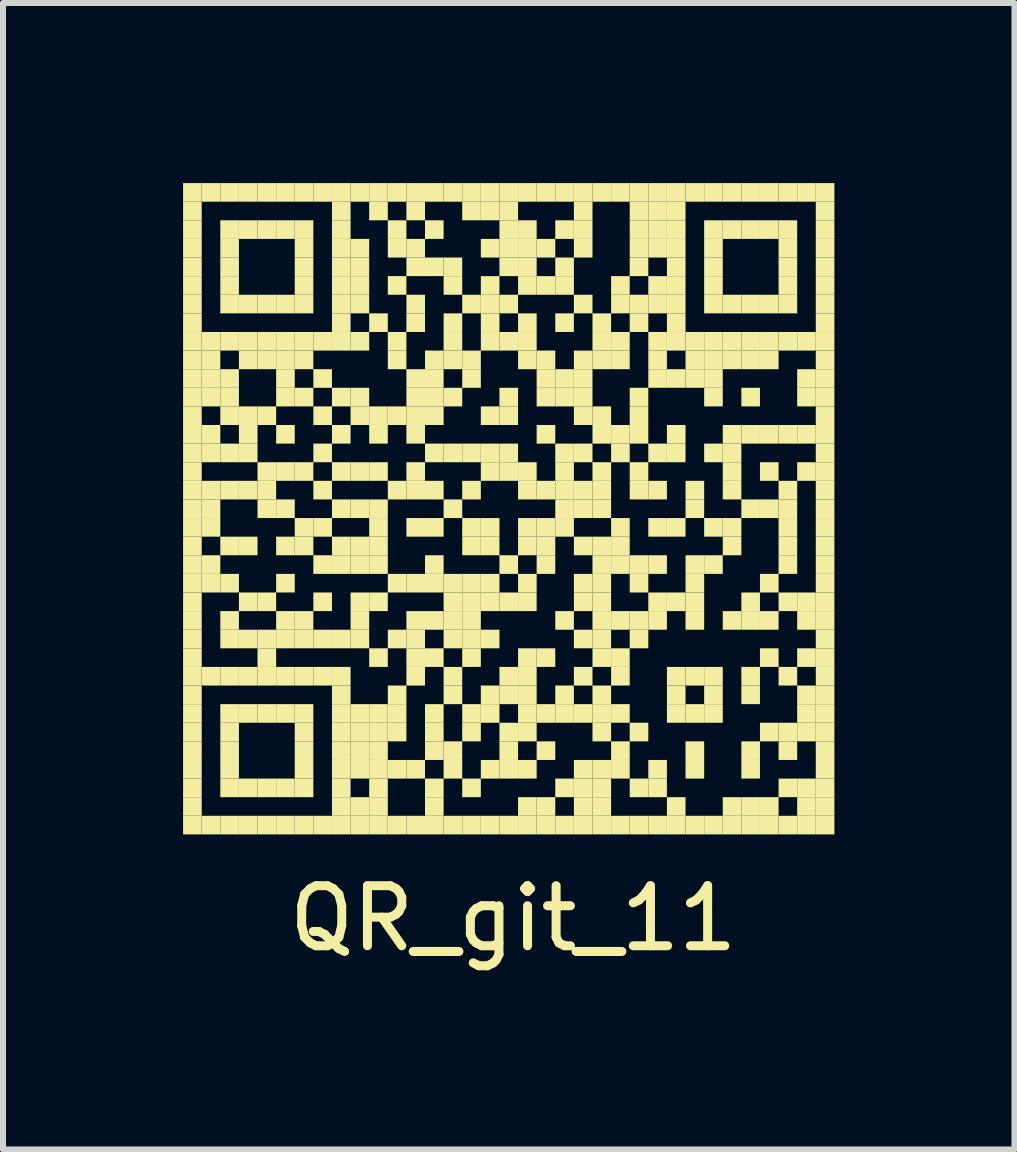
<source format=kicad_pcb>
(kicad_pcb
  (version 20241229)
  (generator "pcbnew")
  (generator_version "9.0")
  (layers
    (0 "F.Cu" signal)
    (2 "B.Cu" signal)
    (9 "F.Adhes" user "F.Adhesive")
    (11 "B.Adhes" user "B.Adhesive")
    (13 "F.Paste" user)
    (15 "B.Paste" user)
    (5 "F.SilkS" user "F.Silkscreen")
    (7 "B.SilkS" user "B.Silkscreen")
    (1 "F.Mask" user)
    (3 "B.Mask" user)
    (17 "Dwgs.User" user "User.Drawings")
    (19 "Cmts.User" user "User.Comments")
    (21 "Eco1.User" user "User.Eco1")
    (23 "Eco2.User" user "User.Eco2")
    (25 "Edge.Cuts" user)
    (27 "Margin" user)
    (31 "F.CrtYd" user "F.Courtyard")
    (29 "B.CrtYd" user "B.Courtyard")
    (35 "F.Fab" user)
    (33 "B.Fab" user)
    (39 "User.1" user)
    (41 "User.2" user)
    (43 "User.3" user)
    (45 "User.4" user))
  (footprint "QR_git_11"
    (layer "F.Cu")
    (at 5.5 5.5)
    (property "Reference" "QR_git_11" (at 0 6.75 0) (layer "F.SilkS") (effects (font (size 1 1) (thickness 0.15))))
    (attr exclude_from_pos_files exclude_from_bom)
    (fp_poly (pts (xy -5.5 -5.5) (xy -5.5 -5.19) (xy -5.19 -5.19) (xy -5.19 -5.5)) (stroke (width 0) (type solid)) (fill yes) (layer "F.SilkS"))
    (fp_poly (pts (xy -5.5 -5.19) (xy -5.5 -4.88) (xy -5.19 -4.88) (xy -5.19 -5.19)) (stroke (width 0) (type solid)) (fill yes) (layer "F.SilkS"))
    (fp_poly (pts (xy -5.5 -4.88) (xy -5.5 -4.57) (xy -5.19 -4.57) (xy -5.19 -4.88)) (stroke (width 0) (type solid)) (fill yes) (layer "F.SilkS"))
    (fp_poly (pts (xy -5.5 -4.57) (xy -5.5 -4.26) (xy -5.19 -4.26) (xy -5.19 -4.57)) (stroke (width 0) (type solid)) (fill yes) (layer "F.SilkS"))
    (fp_poly (pts (xy -5.5 -4.26) (xy -5.5 -3.95) (xy -5.19 -3.95) (xy -5.19 -4.26)) (stroke (width 0) (type solid)) (fill yes) (layer "F.SilkS"))
    (fp_poly (pts (xy -5.5 -3.95) (xy -5.5 -3.64) (xy -5.19 -3.64) (xy -5.19 -3.95)) (stroke (width 0) (type solid)) (fill yes) (layer "F.SilkS"))
    (fp_poly (pts (xy -5.5 -3.64) (xy -5.5 -3.33) (xy -5.19 -3.33) (xy -5.19 -3.64)) (stroke (width 0) (type solid)) (fill yes) (layer "F.SilkS"))
    (fp_poly (pts (xy -5.5 -3.33) (xy -5.5 -3.02) (xy -5.19 -3.02) (xy -5.19 -3.33)) (stroke (width 0) (type solid)) (fill yes) (layer "F.SilkS"))
    (fp_poly (pts (xy -5.5 -3.02) (xy -5.5 -2.71) (xy -5.19 -2.71) (xy -5.19 -3.02)) (stroke (width 0) (type solid)) (fill yes) (layer "F.SilkS"))
    (fp_poly (pts (xy -5.5 -2.71) (xy -5.5 -2.4) (xy -5.19 -2.4) (xy -5.19 -2.71)) (stroke (width 0) (type solid)) (fill yes) (layer "F.SilkS"))
    (fp_poly (pts (xy -5.5 -2.4) (xy -5.5 -2.09) (xy -5.19 -2.09) (xy -5.19 -2.4)) (stroke (width 0) (type solid)) (fill yes) (layer "F.SilkS"))
    (fp_poly (pts (xy -5.5 -2.09) (xy -5.5 -1.78) (xy -5.19 -1.78) (xy -5.19 -2.09)) (stroke (width 0) (type solid)) (fill yes) (layer "F.SilkS"))
    (fp_poly (pts (xy -5.5 -1.78) (xy -5.5 -1.47) (xy -5.19 -1.47) (xy -5.19 -1.78)) (stroke (width 0) (type solid)) (fill yes) (layer "F.SilkS"))
    (fp_poly (pts (xy -5.5 -1.47) (xy -5.5 -1.16) (xy -5.19 -1.16) (xy -5.19 -1.47)) (stroke (width 0) (type solid)) (fill yes) (layer "F.SilkS"))
    (fp_poly (pts (xy -5.5 -1.16) (xy -5.5 -0.85) (xy -5.19 -0.85) (xy -5.19 -1.16)) (stroke (width 0) (type solid)) (fill yes) (layer "F.SilkS"))
    (fp_poly (pts (xy -5.5 -0.85) (xy -5.5 -0.54) (xy -5.19 -0.54) (xy -5.19 -0.85)) (stroke (width 0) (type solid)) (fill yes) (layer "F.SilkS"))
    (fp_poly (pts (xy -5.5 -0.54) (xy -5.5 -0.23) (xy -5.19 -0.23) (xy -5.19 -0.54)) (stroke (width 0) (type solid)) (fill yes) (layer "F.SilkS"))
    (fp_poly (pts (xy -5.5 -0.23) (xy -5.5 0.08) (xy -5.19 0.08) (xy -5.19 -0.23)) (stroke (width 0) (type solid)) (fill yes) (layer "F.SilkS"))
    (fp_poly (pts (xy -5.5 0.08) (xy -5.5 0.39) (xy -5.19 0.39) (xy -5.19 0.08)) (stroke (width 0) (type solid)) (fill yes) (layer "F.SilkS"))
    (fp_poly (pts (xy -5.5 0.39) (xy -5.5 0.7) (xy -5.19 0.7) (xy -5.19 0.39)) (stroke (width 0) (type solid)) (fill yes) (layer "F.SilkS"))
    (fp_poly (pts (xy -5.5 0.7) (xy -5.5 1.01) (xy -5.19 1.01) (xy -5.19 0.7)) (stroke (width 0) (type solid)) (fill yes) (layer "F.SilkS"))
    (fp_poly (pts (xy -5.5 1.01) (xy -5.5 1.32) (xy -5.19 1.32) (xy -5.19 1.01)) (stroke (width 0) (type solid)) (fill yes) (layer "F.SilkS"))
    (fp_poly (pts (xy -5.5 1.32) (xy -5.5 1.63) (xy -5.19 1.63) (xy -5.19 1.32)) (stroke (width 0) (type solid)) (fill yes) (layer "F.SilkS"))
    (fp_poly (pts (xy -5.5 1.63) (xy -5.5 1.94) (xy -5.19 1.94) (xy -5.19 1.63)) (stroke (width 0) (type solid)) (fill yes) (layer "F.SilkS"))
    (fp_poly (pts (xy -5.5 1.94) (xy -5.5 2.25) (xy -5.19 2.25) (xy -5.19 1.94)) (stroke (width 0) (type solid)) (fill yes) (layer "F.SilkS"))
    (fp_poly (pts (xy -5.5 2.25) (xy -5.5 2.56) (xy -5.19 2.56) (xy -5.19 2.25)) (stroke (width 0) (type solid)) (fill yes) (layer "F.SilkS"))
    (fp_poly (pts (xy -5.5 2.56) (xy -5.5 2.87) (xy -5.19 2.87) (xy -5.19 2.56)) (stroke (width 0) (type solid)) (fill yes) (layer "F.SilkS"))
    (fp_poly (pts (xy -5.5 2.87) (xy -5.5 3.18) (xy -5.19 3.18) (xy -5.19 2.87)) (stroke (width 0) (type solid)) (fill yes) (layer "F.SilkS"))
    (fp_poly (pts (xy -5.5 3.18) (xy -5.5 3.49) (xy -5.19 3.49) (xy -5.19 3.18)) (stroke (width 0) (type solid)) (fill yes) (layer "F.SilkS"))
    (fp_poly (pts (xy -5.5 3.49) (xy -5.5 3.8) (xy -5.19 3.8) (xy -5.19 3.49)) (stroke (width 0) (type solid)) (fill yes) (layer "F.SilkS"))
    (fp_poly (pts (xy -5.5 3.8) (xy -5.5 4.11) (xy -5.19 4.11) (xy -5.19 3.8)) (stroke (width 0) (type solid)) (fill yes) (layer "F.SilkS"))
    (fp_poly (pts (xy -5.5 4.11) (xy -5.5 4.42) (xy -5.19 4.42) (xy -5.19 4.11)) (stroke (width 0) (type solid)) (fill yes) (layer "F.SilkS"))
    (fp_poly (pts (xy -5.5 4.42) (xy -5.5 4.73) (xy -5.19 4.73) (xy -5.19 4.42)) (stroke (width 0) (type solid)) (fill yes) (layer "F.SilkS"))
    (fp_poly (pts (xy -5.5 4.73) (xy -5.5 5.04) (xy -5.19 5.04) (xy -5.19 4.73)) (stroke (width 0) (type solid)) (fill yes) (layer "F.SilkS"))
    (fp_poly (pts (xy -5.5 5.04) (xy -5.5 5.35) (xy -5.19 5.35) (xy -5.19 5.04)) (stroke (width 0) (type solid)) (fill yes) (layer "F.SilkS"))
    (fp_poly (pts (xy -5.19 -5.5) (xy -5.19 -5.19) (xy -4.88 -5.19) (xy -4.88 -5.5)) (stroke (width 0) (type solid)) (fill yes) (layer "F.SilkS"))
    (fp_poly (pts (xy -5.19 -3.02) (xy -5.19 -2.71) (xy -4.88 -2.71) (xy -4.88 -3.02)) (stroke (width 0) (type solid)) (fill yes) (layer "F.SilkS"))
    (fp_poly (pts (xy -5.19 -2.71) (xy -5.19 -2.4) (xy -4.88 -2.4) (xy -4.88 -2.71)) (stroke (width 0) (type solid)) (fill yes) (layer "F.SilkS"))
    (fp_poly (pts (xy -5.19 -2.4) (xy -5.19 -2.09) (xy -4.88 -2.09) (xy -4.88 -2.4)) (stroke (width 0) (type solid)) (fill yes) (layer "F.SilkS"))
    (fp_poly (pts (xy -5.19 -2.09) (xy -5.19 -1.78) (xy -4.88 -1.78) (xy -4.88 -2.09)) (stroke (width 0) (type solid)) (fill yes) (layer "F.SilkS"))
    (fp_poly (pts (xy -5.19 -1.47) (xy -5.19 -1.16) (xy -4.88 -1.16) (xy -4.88 -1.47)) (stroke (width 0) (type solid)) (fill yes) (layer "F.SilkS"))
    (fp_poly (pts (xy -5.19 -1.16) (xy -5.19 -0.85) (xy -4.88 -0.85) (xy -4.88 -1.16)) (stroke (width 0) (type solid)) (fill yes) (layer "F.SilkS"))
    (fp_poly (pts (xy -5.19 -0.54) (xy -5.19 -0.23) (xy -4.88 -0.23) (xy -4.88 -0.54)) (stroke (width 0) (type solid)) (fill yes) (layer "F.SilkS"))
    (fp_poly (pts (xy -5.19 -0.23) (xy -5.19 0.08) (xy -4.88 0.08) (xy -4.88 -0.23)) (stroke (width 0) (type solid)) (fill yes) (layer "F.SilkS"))
    (fp_poly (pts (xy -5.19 0.08) (xy -5.19 0.39) (xy -4.88 0.39) (xy -4.88 0.08)) (stroke (width 0) (type solid)) (fill yes) (layer "F.SilkS"))
    (fp_poly (pts (xy -5.19 0.7) (xy -5.19 1.01) (xy -4.88 1.01) (xy -4.88 0.7)) (stroke (width 0) (type solid)) (fill yes) (layer "F.SilkS"))
    (fp_poly (pts (xy -5.19 1.01) (xy -5.19 1.32) (xy -4.88 1.32) (xy -4.88 1.01)) (stroke (width 0) (type solid)) (fill yes) (layer "F.SilkS"))
    (fp_poly (pts (xy -5.19 2.56) (xy -5.19 2.87) (xy -4.88 2.87) (xy -4.88 2.56)) (stroke (width 0) (type solid)) (fill yes) (layer "F.SilkS"))
    (fp_poly (pts (xy -5.19 5.04) (xy -5.19 5.35) (xy -4.88 5.35) (xy -4.88 5.04)) (stroke (width 0) (type solid)) (fill yes) (layer "F.SilkS"))
    (fp_poly (pts (xy -4.88 -5.5) (xy -4.88 -5.19) (xy -4.57 -5.19) (xy -4.57 -5.5)) (stroke (width 0) (type solid)) (fill yes) (layer "F.SilkS"))
    (fp_poly (pts (xy -4.88 -4.88) (xy -4.88 -4.57) (xy -4.57 -4.57) (xy -4.57 -4.88)) (stroke (width 0) (type solid)) (fill yes) (layer "F.SilkS"))
    (fp_poly (pts (xy -4.88 -4.57) (xy -4.88 -4.26) (xy -4.57 -4.26) (xy -4.57 -4.57)) (stroke (width 0) (type solid)) (fill yes) (layer "F.SilkS"))
    (fp_poly (pts (xy -4.88 -4.26) (xy -4.88 -3.95) (xy -4.57 -3.95) (xy -4.57 -4.26)) (stroke (width 0) (type solid)) (fill yes) (layer "F.SilkS"))
    (fp_poly (pts (xy -4.88 -3.95) (xy -4.88 -3.64) (xy -4.57 -3.64) (xy -4.57 -3.95)) (stroke (width 0) (type solid)) (fill yes) (layer "F.SilkS"))
    (fp_poly (pts (xy -4.88 -3.64) (xy -4.88 -3.33) (xy -4.57 -3.33) (xy -4.57 -3.64)) (stroke (width 0) (type solid)) (fill yes) (layer "F.SilkS"))
    (fp_poly (pts (xy -4.88 -3.02) (xy -4.88 -2.71) (xy -4.57 -2.71) (xy -4.57 -3.02)) (stroke (width 0) (type solid)) (fill yes) (layer "F.SilkS"))
    (fp_poly (pts (xy -4.88 -2.4) (xy -4.88 -2.09) (xy -4.57 -2.09) (xy -4.57 -2.4)) (stroke (width 0) (type solid)) (fill yes) (layer "F.SilkS"))
    (fp_poly (pts (xy -4.88 -2.09) (xy -4.88 -1.78) (xy -4.57 -1.78) (xy -4.57 -2.09)) (stroke (width 0) (type solid)) (fill yes) (layer "F.SilkS"))
    (fp_poly (pts (xy -4.88 -1.78) (xy -4.88 -1.47) (xy -4.57 -1.47) (xy -4.57 -1.78)) (stroke (width 0) (type solid)) (fill yes) (layer "F.SilkS"))
    (fp_poly (pts (xy -4.88 -1.16) (xy -4.88 -0.85) (xy -4.57 -0.85) (xy -4.57 -1.16)) (stroke (width 0) (type solid)) (fill yes) (layer "F.SilkS"))
    (fp_poly (pts (xy -4.88 -0.54) (xy -4.88 -0.23) (xy -4.57 -0.23) (xy -4.57 -0.54)) (stroke (width 0) (type solid)) (fill yes) (layer "F.SilkS"))
    (fp_poly (pts (xy -4.88 0.39) (xy -4.88 0.7) (xy -4.57 0.7) (xy -4.57 0.39)) (stroke (width 0) (type solid)) (fill yes) (layer "F.SilkS"))
    (fp_poly (pts (xy -4.88 1.01) (xy -4.88 1.32) (xy -4.57 1.32) (xy -4.57 1.01)) (stroke (width 0) (type solid)) (fill yes) (layer "F.SilkS"))
    (fp_poly (pts (xy -4.88 1.63) (xy -4.88 1.94) (xy -4.57 1.94) (xy -4.57 1.63)) (stroke (width 0) (type solid)) (fill yes) (layer "F.SilkS"))
    (fp_poly (pts (xy -4.88 1.94) (xy -4.88 2.25) (xy -4.57 2.25) (xy -4.57 1.94)) (stroke (width 0) (type solid)) (fill yes) (layer "F.SilkS"))
    (fp_poly (pts (xy -4.88 2.56) (xy -4.88 2.87) (xy -4.57 2.87) (xy -4.57 2.56)) (stroke (width 0) (type solid)) (fill yes) (layer "F.SilkS"))
    (fp_poly (pts (xy -4.88 3.18) (xy -4.88 3.49) (xy -4.57 3.49) (xy -4.57 3.18)) (stroke (width 0) (type solid)) (fill yes) (layer "F.SilkS"))
    (fp_poly (pts (xy -4.88 3.49) (xy -4.88 3.8) (xy -4.57 3.8) (xy -4.57 3.49)) (stroke (width 0) (type solid)) (fill yes) (layer "F.SilkS"))
    (fp_poly (pts (xy -4.88 3.8) (xy -4.88 4.11) (xy -4.57 4.11) (xy -4.57 3.8)) (stroke (width 0) (type solid)) (fill yes) (layer "F.SilkS"))
    (fp_poly (pts (xy -4.88 4.11) (xy -4.88 4.42) (xy -4.57 4.42) (xy -4.57 4.11)) (stroke (width 0) (type solid)) (fill yes) (layer "F.SilkS"))
    (fp_poly (pts (xy -4.88 4.42) (xy -4.88 4.73) (xy -4.57 4.73) (xy -4.57 4.42)) (stroke (width 0) (type solid)) (fill yes) (layer "F.SilkS"))
    (fp_poly (pts (xy -4.88 5.04) (xy -4.88 5.35) (xy -4.57 5.35) (xy -4.57 5.04)) (stroke (width 0) (type solid)) (fill yes) (layer "F.SilkS"))
    (fp_poly (pts (xy -4.57 -5.5) (xy -4.57 -5.19) (xy -4.26 -5.19) (xy -4.26 -5.5)) (stroke (width 0) (type solid)) (fill yes) (layer "F.SilkS"))
    (fp_poly (pts (xy -4.57 -4.88) (xy -4.57 -4.57) (xy -4.26 -4.57) (xy -4.26 -4.88)) (stroke (width 0) (type solid)) (fill yes) (layer "F.SilkS"))
    (fp_poly (pts (xy -4.57 -3.64) (xy -4.57 -3.33) (xy -4.26 -3.33) (xy -4.26 -3.64)) (stroke (width 0) (type solid)) (fill yes) (layer "F.SilkS"))
    (fp_poly (pts (xy -4.57 -3.02) (xy -4.57 -2.71) (xy -4.26 -2.71) (xy -4.26 -3.02)) (stroke (width 0) (type solid)) (fill yes) (layer "F.SilkS"))
    (fp_poly (pts (xy -4.57 -2.71) (xy -4.57 -2.4) (xy -4.26 -2.4) (xy -4.26 -2.71)) (stroke (width 0) (type solid)) (fill yes) (layer "F.SilkS"))
    (fp_poly (pts (xy -4.57 -1.78) (xy -4.57 -1.47) (xy -4.26 -1.47) (xy -4.26 -1.78)) (stroke (width 0) (type solid)) (fill yes) (layer "F.SilkS"))
    (fp_poly (pts (xy -4.57 -1.47) (xy -4.57 -1.16) (xy -4.26 -1.16) (xy -4.26 -1.47)) (stroke (width 0) (type solid)) (fill yes) (layer "F.SilkS"))
    (fp_poly (pts (xy -4.57 -1.16) (xy -4.57 -0.85) (xy -4.26 -0.85) (xy -4.26 -1.16)) (stroke (width 0) (type solid)) (fill yes) (layer "F.SilkS"))
    (fp_poly (pts (xy -4.57 -0.54) (xy -4.57 -0.23) (xy -4.26 -0.23) (xy -4.26 -0.54)) (stroke (width 0) (type solid)) (fill yes) (layer "F.SilkS"))
    (fp_poly (pts (xy -4.57 0.39) (xy -4.57 0.7) (xy -4.26 0.7) (xy -4.26 0.39)) (stroke (width 0) (type solid)) (fill yes) (layer "F.SilkS"))
    (fp_poly (pts (xy -4.57 1.32) (xy -4.57 1.63) (xy -4.26 1.63) (xy -4.26 1.32)) (stroke (width 0) (type solid)) (fill yes) (layer "F.SilkS"))
    (fp_poly (pts (xy -4.57 1.94) (xy -4.57 2.25) (xy -4.26 2.25) (xy -4.26 1.94)) (stroke (width 0) (type solid)) (fill yes) (layer "F.SilkS"))
    (fp_poly (pts (xy -4.57 2.56) (xy -4.57 2.87) (xy -4.26 2.87) (xy -4.26 2.56)) (stroke (width 0) (type solid)) (fill yes) (layer "F.SilkS"))
    (fp_poly (pts (xy -4.57 3.18) (xy -4.57 3.49) (xy -4.26 3.49) (xy -4.26 3.18)) (stroke (width 0) (type solid)) (fill yes) (layer "F.SilkS"))
    (fp_poly (pts (xy -4.57 4.42) (xy -4.57 4.73) (xy -4.26 4.73) (xy -4.26 4.42)) (stroke (width 0) (type solid)) (fill yes) (layer "F.SilkS"))
    (fp_poly (pts (xy -4.57 5.04) (xy -4.57 5.35) (xy -4.26 5.35) (xy -4.26 5.04)) (stroke (width 0) (type solid)) (fill yes) (layer "F.SilkS"))
    (fp_poly (pts (xy -4.26 -5.5) (xy -4.26 -5.19) (xy -3.95 -5.19) (xy -3.95 -5.5)) (stroke (width 0) (type solid)) (fill yes) (layer "F.SilkS"))
    (fp_poly (pts (xy -4.26 -4.88) (xy -4.26 -4.57) (xy -3.95 -4.57) (xy -3.95 -4.88)) (stroke (width 0) (type solid)) (fill yes) (layer "F.SilkS"))
    (fp_poly (pts (xy -4.26 -3.64) (xy -4.26 -3.33) (xy -3.95 -3.33) (xy -3.95 -3.64)) (stroke (width 0) (type solid)) (fill yes) (layer "F.SilkS"))
    (fp_poly (pts (xy -4.26 -3.02) (xy -4.26 -2.71) (xy -3.95 -2.71) (xy -3.95 -3.02)) (stroke (width 0) (type solid)) (fill yes) (layer "F.SilkS"))
    (fp_poly (pts (xy -4.26 -2.71) (xy -4.26 -2.4) (xy -3.95 -2.4) (xy -3.95 -2.71)) (stroke (width 0) (type solid)) (fill yes) (layer "F.SilkS"))
    (fp_poly (pts (xy -4.26 -1.78) (xy -4.26 -1.47) (xy -3.95 -1.47) (xy -3.95 -1.78)) (stroke (width 0) (type solid)) (fill yes) (layer "F.SilkS"))
    (fp_poly (pts (xy -4.26 -0.85) (xy -4.26 -0.54) (xy -3.95 -0.54) (xy -3.95 -0.85)) (stroke (width 0) (type solid)) (fill yes) (layer "F.SilkS"))
    (fp_poly (pts (xy -4.26 -0.54) (xy -4.26 -0.23) (xy -3.95 -0.23) (xy -3.95 -0.54)) (stroke (width 0) (type solid)) (fill yes) (layer "F.SilkS"))
    (fp_poly (pts (xy -4.26 -0.23) (xy -4.26 0.08) (xy -3.95 0.08) (xy -3.95 -0.23)) (stroke (width 0) (type solid)) (fill yes) (layer "F.SilkS"))
    (fp_poly (pts (xy -4.26 1.32) (xy -4.26 1.63) (xy -3.95 1.63) (xy -3.95 1.32)) (stroke (width 0) (type solid)) (fill yes) (layer "F.SilkS"))
    (fp_poly (pts (xy -4.26 1.94) (xy -4.26 2.25) (xy -3.95 2.25) (xy -3.95 1.94)) (stroke (width 0) (type solid)) (fill yes) (layer "F.SilkS"))
    (fp_poly (pts (xy -4.26 2.25) (xy -4.26 2.56) (xy -3.95 2.56) (xy -3.95 2.25)) (stroke (width 0) (type solid)) (fill yes) (layer "F.SilkS"))
    (fp_poly (pts (xy -4.26 2.56) (xy -4.26 2.87) (xy -3.95 2.87) (xy -3.95 2.56)) (stroke (width 0) (type solid)) (fill yes) (layer "F.SilkS"))
    (fp_poly (pts (xy -4.26 3.18) (xy -4.26 3.49) (xy -3.95 3.49) (xy -3.95 3.18)) (stroke (width 0) (type solid)) (fill yes) (layer "F.SilkS"))
    (fp_poly (pts (xy -4.26 4.42) (xy -4.26 4.73) (xy -3.95 4.73) (xy -3.95 4.42)) (stroke (width 0) (type solid)) (fill yes) (layer "F.SilkS"))
    (fp_poly (pts (xy -4.26 5.04) (xy -4.26 5.35) (xy -3.95 5.35) (xy -3.95 5.04)) (stroke (width 0) (type solid)) (fill yes) (layer "F.SilkS"))
    (fp_poly (pts (xy -3.95 -5.5) (xy -3.95 -5.19) (xy -3.64 -5.19) (xy -3.64 -5.5)) (stroke (width 0) (type solid)) (fill yes) (layer "F.SilkS"))
    (fp_poly (pts (xy -3.95 -4.88) (xy -3.95 -4.57) (xy -3.64 -4.57) (xy -3.64 -4.88)) (stroke (width 0) (type solid)) (fill yes) (layer "F.SilkS"))
    (fp_poly (pts (xy -3.95 -3.64) (xy -3.95 -3.33) (xy -3.64 -3.33) (xy -3.64 -3.64)) (stroke (width 0) (type solid)) (fill yes) (layer "F.SilkS"))
    (fp_poly (pts (xy -3.95 -3.02) (xy -3.95 -2.71) (xy -3.64 -2.71) (xy -3.64 -3.02)) (stroke (width 0) (type solid)) (fill yes) (layer "F.SilkS"))
    (fp_poly (pts (xy -3.95 -2.71) (xy -3.95 -2.4) (xy -3.64 -2.4) (xy -3.64 -2.71)) (stroke (width 0) (type solid)) (fill yes) (layer "F.SilkS"))
    (fp_poly (pts (xy -3.95 -2.4) (xy -3.95 -2.09) (xy -3.64 -2.09) (xy -3.64 -2.4)) (stroke (width 0) (type solid)) (fill yes) (layer "F.SilkS"))
    (fp_poly (pts (xy -3.95 -2.09) (xy -3.95 -1.78) (xy -3.64 -1.78) (xy -3.64 -2.09)) (stroke (width 0) (type solid)) (fill yes) (layer "F.SilkS"))
    (fp_poly (pts (xy -3.95 -1.47) (xy -3.95 -1.16) (xy -3.64 -1.16) (xy -3.64 -1.47)) (stroke (width 0) (type solid)) (fill yes) (layer "F.SilkS"))
    (fp_poly (pts (xy -3.95 -0.85) (xy -3.95 -0.54) (xy -3.64 -0.54) (xy -3.64 -0.85)) (stroke (width 0) (type solid)) (fill yes) (layer "F.SilkS"))
    (fp_poly (pts (xy -3.95 -0.23) (xy -3.95 0.08) (xy -3.64 0.08) (xy -3.64 -0.23)) (stroke (width 0) (type solid)) (fill yes) (layer "F.SilkS"))
    (fp_poly (pts (xy -3.95 0.39) (xy -3.95 0.7) (xy -3.64 0.7) (xy -3.64 0.39)) (stroke (width 0) (type solid)) (fill yes) (layer "F.SilkS"))
    (fp_poly (pts (xy -3.95 1.01) (xy -3.95 1.32) (xy -3.64 1.32) (xy -3.64 1.01)) (stroke (width 0) (type solid)) (fill yes) (layer "F.SilkS"))
    (fp_poly (pts (xy -3.95 1.63) (xy -3.95 1.94) (xy -3.64 1.94) (xy -3.64 1.63)) (stroke (width 0) (type solid)) (fill yes) (layer "F.SilkS"))
    (fp_poly (pts (xy -3.95 1.94) (xy -3.95 2.25) (xy -3.64 2.25) (xy -3.64 1.94)) (stroke (width 0) (type solid)) (fill yes) (layer "F.SilkS"))
    (fp_poly (pts (xy -3.95 2.56) (xy -3.95 2.87) (xy -3.64 2.87) (xy -3.64 2.56)) (stroke (width 0) (type solid)) (fill yes) (layer "F.SilkS"))
    (fp_poly (pts (xy -3.95 3.18) (xy -3.95 3.49) (xy -3.64 3.49) (xy -3.64 3.18)) (stroke (width 0) (type solid)) (fill yes) (layer "F.SilkS"))
    (fp_poly (pts (xy -3.95 4.42) (xy -3.95 4.73) (xy -3.64 4.73) (xy -3.64 4.42)) (stroke (width 0) (type solid)) (fill yes) (layer "F.SilkS"))
    (fp_poly (pts (xy -3.95 5.04) (xy -3.95 5.35) (xy -3.64 5.35) (xy -3.64 5.04)) (stroke (width 0) (type solid)) (fill yes) (layer "F.SilkS"))
    (fp_poly (pts (xy -3.64 -5.5) (xy -3.64 -5.19) (xy -3.33 -5.19) (xy -3.33 -5.5)) (stroke (width 0) (type solid)) (fill yes) (layer "F.SilkS"))
    (fp_poly (pts (xy -3.64 -4.88) (xy -3.64 -4.57) (xy -3.33 -4.57) (xy -3.33 -4.88)) (stroke (width 0) (type solid)) (fill yes) (layer "F.SilkS"))
    (fp_poly (pts (xy -3.64 -4.57) (xy -3.64 -4.26) (xy -3.33 -4.26) (xy -3.33 -4.57)) (stroke (width 0) (type solid)) (fill yes) (layer "F.SilkS"))
    (fp_poly (pts (xy -3.64 -4.26) (xy -3.64 -3.95) (xy -3.33 -3.95) (xy -3.33 -4.26)) (stroke (width 0) (type solid)) (fill yes) (layer "F.SilkS"))
    (fp_poly (pts (xy -3.64 -3.95) (xy -3.64 -3.64) (xy -3.33 -3.64) (xy -3.33 -3.95)) (stroke (width 0) (type solid)) (fill yes) (layer "F.SilkS"))
    (fp_poly (pts (xy -3.64 -3.64) (xy -3.64 -3.33) (xy -3.33 -3.33) (xy -3.33 -3.64)) (stroke (width 0) (type solid)) (fill yes) (layer "F.SilkS"))
    (fp_poly (pts (xy -3.64 -3.02) (xy -3.64 -2.71) (xy -3.33 -2.71) (xy -3.33 -3.02)) (stroke (width 0) (type solid)) (fill yes) (layer "F.SilkS"))
    (fp_poly (pts (xy -3.64 -2.71) (xy -3.64 -2.4) (xy -3.33 -2.4) (xy -3.33 -2.71)) (stroke (width 0) (type solid)) (fill yes) (layer "F.SilkS"))
    (fp_poly (pts (xy -3.64 -2.09) (xy -3.64 -1.78) (xy -3.33 -1.78) (xy -3.33 -2.09)) (stroke (width 0) (type solid)) (fill yes) (layer "F.SilkS"))
    (fp_poly (pts (xy -3.64 -0.85) (xy -3.64 -0.54) (xy -3.33 -0.54) (xy -3.33 -0.85)) (stroke (width 0) (type solid)) (fill yes) (layer "F.SilkS"))
    (fp_poly (pts (xy -3.64 0.08) (xy -3.64 0.39) (xy -3.33 0.39) (xy -3.33 0.08)) (stroke (width 0) (type solid)) (fill yes) (layer "F.SilkS"))
    (fp_poly (pts (xy -3.64 0.39) (xy -3.64 0.7) (xy -3.33 0.7) (xy -3.33 0.39)) (stroke (width 0) (type solid)) (fill yes) (layer "F.SilkS"))
    (fp_poly (pts (xy -3.64 1.63) (xy -3.64 1.94) (xy -3.33 1.94) (xy -3.33 1.63)) (stroke (width 0) (type solid)) (fill yes) (layer "F.SilkS"))
    (fp_poly (pts (xy -3.64 1.94) (xy -3.64 2.25) (xy -3.33 2.25) (xy -3.33 1.94)) (stroke (width 0) (type solid)) (fill yes) (layer "F.SilkS"))
    (fp_poly (pts (xy -3.64 2.56) (xy -3.64 2.87) (xy -3.33 2.87) (xy -3.33 2.56)) (stroke (width 0) (type solid)) (fill yes) (layer "F.SilkS"))
    (fp_poly (pts (xy -3.64 3.18) (xy -3.64 3.49) (xy -3.33 3.49) (xy -3.33 3.18)) (stroke (width 0) (type solid)) (fill yes) (layer "F.SilkS"))
    (fp_poly (pts (xy -3.64 3.49) (xy -3.64 3.8) (xy -3.33 3.8) (xy -3.33 3.49)) (stroke (width 0) (type solid)) (fill yes) (layer "F.SilkS"))
    (fp_poly (pts (xy -3.64 3.8) (xy -3.64 4.11) (xy -3.33 4.11) (xy -3.33 3.8)) (stroke (width 0) (type solid)) (fill yes) (layer "F.SilkS"))
    (fp_poly (pts (xy -3.64 4.11) (xy -3.64 4.42) (xy -3.33 4.42) (xy -3.33 4.11)) (stroke (width 0) (type solid)) (fill yes) (layer "F.SilkS"))
    (fp_poly (pts (xy -3.64 4.42) (xy -3.64 4.73) (xy -3.33 4.73) (xy -3.33 4.42)) (stroke (width 0) (type solid)) (fill yes) (layer "F.SilkS"))
    (fp_poly (pts (xy -3.64 5.04) (xy -3.64 5.35) (xy -3.33 5.35) (xy -3.33 5.04)) (stroke (width 0) (type solid)) (fill yes) (layer "F.SilkS"))
    (fp_poly (pts (xy -3.33 -5.5) (xy -3.33 -5.19) (xy -3.02 -5.19) (xy -3.02 -5.5)) (stroke (width 0) (type solid)) (fill yes) (layer "F.SilkS"))
    (fp_poly (pts (xy -3.33 -3.02) (xy -3.33 -2.71) (xy -3.02 -2.71) (xy -3.02 -3.02)) (stroke (width 0) (type solid)) (fill yes) (layer "F.SilkS"))
    (fp_poly (pts (xy -3.33 -2.4) (xy -3.33 -2.09) (xy -3.02 -2.09) (xy -3.02 -2.4)) (stroke (width 0) (type solid)) (fill yes) (layer "F.SilkS"))
    (fp_poly (pts (xy -3.33 -1.78) (xy -3.33 -1.47) (xy -3.02 -1.47) (xy -3.02 -1.78)) (stroke (width 0) (type solid)) (fill yes) (layer "F.SilkS"))
    (fp_poly (pts (xy -3.33 -1.16) (xy -3.33 -0.85) (xy -3.02 -0.85) (xy -3.02 -1.16)) (stroke (width 0) (type solid)) (fill yes) (layer "F.SilkS"))
    (fp_poly (pts (xy -3.33 -0.54) (xy -3.33 -0.23) (xy -3.02 -0.23) (xy -3.02 -0.54)) (stroke (width 0) (type solid)) (fill yes) (layer "F.SilkS"))
    (fp_poly (pts (xy -3.33 0.08) (xy -3.33 0.39) (xy -3.02 0.39) (xy -3.02 0.08)) (stroke (width 0) (type solid)) (fill yes) (layer "F.SilkS"))
    (fp_poly (pts (xy -3.33 0.7) (xy -3.33 1.01) (xy -3.02 1.01) (xy -3.02 0.7)) (stroke (width 0) (type solid)) (fill yes) (layer "F.SilkS"))
    (fp_poly (pts (xy -3.33 1.32) (xy -3.33 1.63) (xy -3.02 1.63) (xy -3.02 1.32)) (stroke (width 0) (type solid)) (fill yes) (layer "F.SilkS"))
    (fp_poly (pts (xy -3.33 1.94) (xy -3.33 2.25) (xy -3.02 2.25) (xy -3.02 1.94)) (stroke (width 0) (type solid)) (fill yes) (layer "F.SilkS"))
    (fp_poly (pts (xy -3.33 2.56) (xy -3.33 2.87) (xy -3.02 2.87) (xy -3.02 2.56)) (stroke (width 0) (type solid)) (fill yes) (layer "F.SilkS"))
    (fp_poly (pts (xy -3.33 5.04) (xy -3.33 5.35) (xy -3.02 5.35) (xy -3.02 5.04)) (stroke (width 0) (type solid)) (fill yes) (layer "F.SilkS"))
    (fp_poly (pts (xy -3.02 -5.5) (xy -3.02 -5.19) (xy -2.71 -5.19) (xy -2.71 -5.5)) (stroke (width 0) (type solid)) (fill yes) (layer "F.SilkS"))
    (fp_poly (pts (xy -3.02 -5.19) (xy -3.02 -4.88) (xy -2.71 -4.88) (xy -2.71 -5.19)) (stroke (width 0) (type solid)) (fill yes) (layer "F.SilkS"))
    (fp_poly (pts (xy -3.02 -4.88) (xy -3.02 -4.57) (xy -2.71 -4.57) (xy -2.71 -4.88)) (stroke (width 0) (type solid)) (fill yes) (layer "F.SilkS"))
    (fp_poly (pts (xy -3.02 -4.57) (xy -3.02 -4.26) (xy -2.71 -4.26) (xy -2.71 -4.57)) (stroke (width 0) (type solid)) (fill yes) (layer "F.SilkS"))
    (fp_poly (pts (xy -3.02 -4.26) (xy -3.02 -3.95) (xy -2.71 -3.95) (xy -2.71 -4.26)) (stroke (width 0) (type solid)) (fill yes) (layer "F.SilkS"))
    (fp_poly (pts (xy -3.02 -3.95) (xy -3.02 -3.64) (xy -2.71 -3.64) (xy -2.71 -3.95)) (stroke (width 0) (type solid)) (fill yes) (layer "F.SilkS"))
    (fp_poly (pts (xy -3.02 -3.64) (xy -3.02 -3.33) (xy -2.71 -3.33) (xy -2.71 -3.64)) (stroke (width 0) (type solid)) (fill yes) (layer "F.SilkS"))
    (fp_poly (pts (xy -3.02 -3.33) (xy -3.02 -3.02) (xy -2.71 -3.02) (xy -2.71 -3.33)) (stroke (width 0) (type solid)) (fill yes) (layer "F.SilkS"))
    (fp_poly (pts (xy -3.02 -3.02) (xy -3.02 -2.71) (xy -2.71 -2.71) (xy -2.71 -3.02)) (stroke (width 0) (type solid)) (fill yes) (layer "F.SilkS"))
    (fp_poly (pts (xy -3.02 -2.09) (xy -3.02 -1.78) (xy -2.71 -1.78) (xy -2.71 -2.09)) (stroke (width 0) (type solid)) (fill yes) (layer "F.SilkS"))
    (fp_poly (pts (xy -3.02 -1.47) (xy -3.02 -1.16) (xy -2.71 -1.16) (xy -2.71 -1.47)) (stroke (width 0) (type solid)) (fill yes) (layer "F.SilkS"))
    (fp_poly (pts (xy -3.02 -0.85) (xy -3.02 -0.54) (xy -2.71 -0.54) (xy -2.71 -0.85)) (stroke (width 0) (type solid)) (fill yes) (layer "F.SilkS"))
    (fp_poly (pts (xy -3.02 -0.23) (xy -3.02 0.08) (xy -2.71 0.08) (xy -2.71 -0.23)) (stroke (width 0) (type solid)) (fill yes) (layer "F.SilkS"))
    (fp_poly (pts (xy -3.02 0.39) (xy -3.02 0.7) (xy -2.71 0.7) (xy -2.71 0.39)) (stroke (width 0) (type solid)) (fill yes) (layer "F.SilkS"))
    (fp_poly (pts (xy -3.02 0.7) (xy -3.02 1.01) (xy -2.71 1.01) (xy -2.71 0.7)) (stroke (width 0) (type solid)) (fill yes) (layer "F.SilkS"))
    (fp_poly (pts (xy -3.02 1.94) (xy -3.02 2.25) (xy -2.71 2.25) (xy -2.71 1.94)) (stroke (width 0) (type solid)) (fill yes) (layer "F.SilkS"))
    (fp_poly (pts (xy -3.02 2.56) (xy -3.02 2.87) (xy -2.71 2.87) (xy -2.71 2.56)) (stroke (width 0) (type solid)) (fill yes) (layer "F.SilkS"))
    (fp_poly (pts (xy -3.02 2.87) (xy -3.02 3.18) (xy -2.71 3.18) (xy -2.71 2.87)) (stroke (width 0) (type solid)) (fill yes) (layer "F.SilkS"))
    (fp_poly (pts (xy -3.02 3.18) (xy -3.02 3.49) (xy -2.71 3.49) (xy -2.71 3.18)) (stroke (width 0) (type solid)) (fill yes) (layer "F.SilkS"))
    (fp_poly (pts (xy -3.02 3.49) (xy -3.02 3.8) (xy -2.71 3.8) (xy -2.71 3.49)) (stroke (width 0) (type solid)) (fill yes) (layer "F.SilkS"))
    (fp_poly (pts (xy -3.02 3.8) (xy -3.02 4.11) (xy -2.71 4.11) (xy -2.71 3.8)) (stroke (width 0) (type solid)) (fill yes) (layer "F.SilkS"))
    (fp_poly (pts (xy -3.02 4.11) (xy -3.02 4.42) (xy -2.71 4.42) (xy -2.71 4.11)) (stroke (width 0) (type solid)) (fill yes) (layer "F.SilkS"))
    (fp_poly (pts (xy -3.02 4.42) (xy -3.02 4.73) (xy -2.71 4.73) (xy -2.71 4.42)) (stroke (width 0) (type solid)) (fill yes) (layer "F.SilkS"))
    (fp_poly (pts (xy -3.02 4.73) (xy -3.02 5.04) (xy -2.71 5.04) (xy -2.71 4.73)) (stroke (width 0) (type solid)) (fill yes) (layer "F.SilkS"))
    (fp_poly (pts (xy -3.02 5.04) (xy -3.02 5.35) (xy -2.71 5.35) (xy -2.71 5.04)) (stroke (width 0) (type solid)) (fill yes) (layer "F.SilkS"))
    (fp_poly (pts (xy -2.71 -5.5) (xy -2.71 -5.19) (xy -2.4 -5.19) (xy -2.4 -5.5)) (stroke (width 0) (type solid)) (fill yes) (layer "F.SilkS"))
    (fp_poly (pts (xy -2.71 -4.57) (xy -2.71 -4.26) (xy -2.4 -4.26) (xy -2.4 -4.57)) (stroke (width 0) (type solid)) (fill yes) (layer "F.SilkS"))
    (fp_poly (pts (xy -2.71 -4.26) (xy -2.71 -3.95) (xy -2.4 -3.95) (xy -2.4 -4.26)) (stroke (width 0) (type solid)) (fill yes) (layer "F.SilkS"))
    (fp_poly (pts (xy -2.71 -3.95) (xy -2.71 -3.64) (xy -2.4 -3.64) (xy -2.4 -3.95)) (stroke (width 0) (type solid)) (fill yes) (layer "F.SilkS"))
    (fp_poly (pts (xy -2.71 -3.64) (xy -2.71 -3.33) (xy -2.4 -3.33) (xy -2.4 -3.64)) (stroke (width 0) (type solid)) (fill yes) (layer "F.SilkS"))
    (fp_poly (pts (xy -2.71 -3.02) (xy -2.71 -2.71) (xy -2.4 -2.71) (xy -2.4 -3.02)) (stroke (width 0) (type solid)) (fill yes) (layer "F.SilkS"))
    (fp_poly (pts (xy -2.71 -2.09) (xy -2.71 -1.78) (xy -2.4 -1.78) (xy -2.4 -2.09)) (stroke (width 0) (type solid)) (fill yes) (layer "F.SilkS"))
    (fp_poly (pts (xy -2.71 -1.78) (xy -2.71 -1.47) (xy -2.4 -1.47) (xy -2.4 -1.78)) (stroke (width 0) (type solid)) (fill yes) (layer "F.SilkS"))
    (fp_poly (pts (xy -2.71 -0.85) (xy -2.71 -0.54) (xy -2.4 -0.54) (xy -2.4 -0.85)) (stroke (width 0) (type solid)) (fill yes) (layer "F.SilkS"))
    (fp_poly (pts (xy -2.71 -0.23) (xy -2.71 0.08) (xy -2.4 0.08) (xy -2.4 -0.23)) (stroke (width 0) (type solid)) (fill yes) (layer "F.SilkS"))
    (fp_poly (pts (xy -2.71 0.39) (xy -2.71 0.7) (xy -2.4 0.7) (xy -2.4 0.39)) (stroke (width 0) (type solid)) (fill yes) (layer "F.SilkS"))
    (fp_poly (pts (xy -2.71 0.7) (xy -2.71 1.01) (xy -2.4 1.01) (xy -2.4 0.7)) (stroke (width 0) (type solid)) (fill yes) (layer "F.SilkS"))
    (fp_poly (pts (xy -2.71 1.32) (xy -2.71 1.63) (xy -2.4 1.63) (xy -2.4 1.32)) (stroke (width 0) (type solid)) (fill yes) (layer "F.SilkS"))
    (fp_poly (pts (xy -2.71 1.63) (xy -2.71 1.94) (xy -2.4 1.94) (xy -2.4 1.63)) (stroke (width 0) (type solid)) (fill yes) (layer "F.SilkS"))
    (fp_poly (pts (xy -2.71 1.94) (xy -2.71 2.25) (xy -2.4 2.25) (xy -2.4 1.94)) (stroke (width 0) (type solid)) (fill yes) (layer "F.SilkS"))
    (fp_poly (pts (xy -2.71 3.18) (xy -2.71 3.49) (xy -2.4 3.49) (xy -2.4 3.18)) (stroke (width 0) (type solid)) (fill yes) (layer "F.SilkS"))
    (fp_poly (pts (xy -2.71 3.49) (xy -2.71 3.8) (xy -2.4 3.8) (xy -2.4 3.49)) (stroke (width 0) (type solid)) (fill yes) (layer "F.SilkS"))
    (fp_poly (pts (xy -2.71 3.8) (xy -2.71 4.11) (xy -2.4 4.11) (xy -2.4 3.8)) (stroke (width 0) (type solid)) (fill yes) (layer "F.SilkS"))
    (fp_poly (pts (xy -2.71 4.11) (xy -2.71 4.42) (xy -2.4 4.42) (xy -2.4 4.11)) (stroke (width 0) (type solid)) (fill yes) (layer "F.SilkS"))
    (fp_poly (pts (xy -2.71 4.73) (xy -2.71 5.04) (xy -2.4 5.04) (xy -2.4 4.73)) (stroke (width 0) (type solid)) (fill yes) (layer "F.SilkS"))
    (fp_poly (pts (xy -2.71 5.04) (xy -2.71 5.35) (xy -2.4 5.35) (xy -2.4 5.04)) (stroke (width 0) (type solid)) (fill yes) (layer "F.SilkS"))
    (fp_poly (pts (xy -2.4 -5.5) (xy -2.4 -5.19) (xy -2.09 -5.19) (xy -2.09 -5.5)) (stroke (width 0) (type solid)) (fill yes) (layer "F.SilkS"))
    (fp_poly (pts (xy -2.4 -5.19) (xy -2.4 -4.88) (xy -2.09 -4.88) (xy -2.09 -5.19)) (stroke (width 0) (type solid)) (fill yes) (layer "F.SilkS"))
    (fp_poly (pts (xy -2.4 -3.33) (xy -2.4 -3.02) (xy -2.09 -3.02) (xy -2.09 -3.33)) (stroke (width 0) (type solid)) (fill yes) (layer "F.SilkS"))
    (fp_poly (pts (xy -2.4 -1.78) (xy -2.4 -1.47) (xy -2.09 -1.47) (xy -2.09 -1.78)) (stroke (width 0) (type solid)) (fill yes) (layer "F.SilkS"))
    (fp_poly (pts (xy -2.4 -1.47) (xy -2.4 -1.16) (xy -2.09 -1.16) (xy -2.09 -1.47)) (stroke (width 0) (type solid)) (fill yes) (layer "F.SilkS"))
    (fp_poly (pts (xy -2.4 -0.85) (xy -2.4 -0.54) (xy -2.09 -0.54) (xy -2.09 -0.85)) (stroke (width 0) (type solid)) (fill yes) (layer "F.SilkS"))
    (fp_poly (pts (xy -2.4 -0.23) (xy -2.4 0.08) (xy -2.09 0.08) (xy -2.09 -0.23)) (stroke (width 0) (type solid)) (fill yes) (layer "F.SilkS"))
    (fp_poly (pts (xy -2.4 0.08) (xy -2.4 0.39) (xy -2.09 0.39) (xy -2.09 0.08)) (stroke (width 0) (type solid)) (fill yes) (layer "F.SilkS"))
    (fp_poly (pts (xy -2.4 0.39) (xy -2.4 0.7) (xy -2.09 0.7) (xy -2.09 0.39)) (stroke (width 0) (type solid)) (fill yes) (layer "F.SilkS"))
    (fp_poly (pts (xy -2.4 0.7) (xy -2.4 1.01) (xy -2.09 1.01) (xy -2.09 0.7)) (stroke (width 0) (type solid)) (fill yes) (layer "F.SilkS"))
    (fp_poly (pts (xy -2.4 1.32) (xy -2.4 1.63) (xy -2.09 1.63) (xy -2.09 1.32)) (stroke (width 0) (type solid)) (fill yes) (layer "F.SilkS"))
    (fp_poly (pts (xy -2.4 2.25) (xy -2.4 2.56) (xy -2.09 2.56) (xy -2.09 2.25)) (stroke (width 0) (type solid)) (fill yes) (layer "F.SilkS"))
    (fp_poly (pts (xy -2.4 3.18) (xy -2.4 3.49) (xy -2.09 3.49) (xy -2.09 3.18)) (stroke (width 0) (type solid)) (fill yes) (layer "F.SilkS"))
    (fp_poly (pts (xy -2.4 3.49) (xy -2.4 3.8) (xy -2.09 3.8) (xy -2.09 3.49)) (stroke (width 0) (type solid)) (fill yes) (layer "F.SilkS"))
    (fp_poly (pts (xy -2.4 3.8) (xy -2.4 4.11) (xy -2.09 4.11) (xy -2.09 3.8)) (stroke (width 0) (type solid)) (fill yes) (layer "F.SilkS"))
    (fp_poly (pts (xy -2.4 4.11) (xy -2.4 4.42) (xy -2.09 4.42) (xy -2.09 4.11)) (stroke (width 0) (type solid)) (fill yes) (layer "F.SilkS"))
    (fp_poly (pts (xy -2.4 4.42) (xy -2.4 4.73) (xy -2.09 4.73) (xy -2.09 4.42)) (stroke (width 0) (type solid)) (fill yes) (layer "F.SilkS"))
    (fp_poly (pts (xy -2.4 4.73) (xy -2.4 5.04) (xy -2.09 5.04) (xy -2.09 4.73)) (stroke (width 0) (type solid)) (fill yes) (layer "F.SilkS"))
    (fp_poly (pts (xy -2.4 5.04) (xy -2.4 5.35) (xy -2.09 5.35) (xy -2.09 5.04)) (stroke (width 0) (type solid)) (fill yes) (layer "F.SilkS"))
    (fp_poly (pts (xy -2.09 -5.5) (xy -2.09 -5.19) (xy -1.78 -5.19) (xy -1.78 -5.5)) (stroke (width 0) (type solid)) (fill yes) (layer "F.SilkS"))
    (fp_poly (pts (xy -2.09 -4.88) (xy -2.09 -4.57) (xy -1.78 -4.57) (xy -1.78 -4.88)) (stroke (width 0) (type solid)) (fill yes) (layer "F.SilkS"))
    (fp_poly (pts (xy -2.09 -4.57) (xy -2.09 -4.26) (xy -1.78 -4.26) (xy -1.78 -4.57)) (stroke (width 0) (type solid)) (fill yes) (layer "F.SilkS"))
    (fp_poly (pts (xy -2.09 -3.95) (xy -2.09 -3.64) (xy -1.78 -3.64) (xy -1.78 -3.95)) (stroke (width 0) (type solid)) (fill yes) (layer "F.SilkS"))
    (fp_poly (pts (xy -2.09 -3.02) (xy -2.09 -2.71) (xy -1.78 -2.71) (xy -1.78 -3.02)) (stroke (width 0) (type solid)) (fill yes) (layer "F.SilkS"))
    (fp_poly (pts (xy -2.09 -2.71) (xy -2.09 -2.4) (xy -1.78 -2.4) (xy -1.78 -2.71)) (stroke (width 0) (type solid)) (fill yes) (layer "F.SilkS"))
    (fp_poly (pts (xy -2.09 -1.78) (xy -2.09 -1.47) (xy -1.78 -1.47) (xy -1.78 -1.78)) (stroke (width 0) (type solid)) (fill yes) (layer "F.SilkS"))
    (fp_poly (pts (xy -2.09 -0.54) (xy -2.09 -0.23) (xy -1.78 -0.23) (xy -1.78 -0.54)) (stroke (width 0) (type solid)) (fill yes) (layer "F.SilkS"))
    (fp_poly (pts (xy -2.09 1.01) (xy -2.09 1.32) (xy -1.78 1.32) (xy -1.78 1.01)) (stroke (width 0) (type solid)) (fill yes) (layer "F.SilkS"))
    (fp_poly (pts (xy -2.09 1.94) (xy -2.09 2.25) (xy -1.78 2.25) (xy -1.78 1.94)) (stroke (width 0) (type solid)) (fill yes) (layer "F.SilkS"))
    (fp_poly (pts (xy -2.09 2.87) (xy -2.09 3.18) (xy -1.78 3.18) (xy -1.78 2.87)) (stroke (width 0) (type solid)) (fill yes) (layer "F.SilkS"))
    (fp_poly (pts (xy -2.09 3.18) (xy -2.09 3.49) (xy -1.78 3.49) (xy -1.78 3.18)) (stroke (width 0) (type solid)) (fill yes) (layer "F.SilkS"))
    (fp_poly (pts (xy -2.09 3.49) (xy -2.09 3.8) (xy -1.78 3.8) (xy -1.78 3.49)) (stroke (width 0) (type solid)) (fill yes) (layer "F.SilkS"))
    (fp_poly (pts (xy -2.09 4.11) (xy -2.09 4.42) (xy -1.78 4.42) (xy -1.78 4.11)) (stroke (width 0) (type solid)) (fill yes) (layer "F.SilkS"))
    (fp_poly (pts (xy -2.09 5.04) (xy -2.09 5.35) (xy -1.78 5.35) (xy -1.78 5.04)) (stroke (width 0) (type solid)) (fill yes) (layer "F.SilkS"))
    (fp_poly (pts (xy -1.78 -5.5) (xy -1.78 -5.19) (xy -1.47 -5.19) (xy -1.47 -5.5)) (stroke (width 0) (type solid)) (fill yes) (layer "F.SilkS"))
    (fp_poly (pts (xy -1.78 -5.19) (xy -1.78 -4.88) (xy -1.47 -4.88) (xy -1.47 -5.19)) (stroke (width 0) (type solid)) (fill yes) (layer "F.SilkS"))
    (fp_poly (pts (xy -1.78 -4.57) (xy -1.78 -4.26) (xy -1.47 -4.26) (xy -1.47 -4.57)) (stroke (width 0) (type solid)) (fill yes) (layer "F.SilkS"))
    (fp_poly (pts (xy -1.78 -4.26) (xy -1.78 -3.95) (xy -1.47 -3.95) (xy -1.47 -4.26)) (stroke (width 0) (type solid)) (fill yes) (layer "F.SilkS"))
    (fp_poly (pts (xy -1.78 -3.64) (xy -1.78 -3.33) (xy -1.47 -3.33) (xy -1.47 -3.64)) (stroke (width 0) (type solid)) (fill yes) (layer "F.SilkS"))
    (fp_poly (pts (xy -1.78 -3.33) (xy -1.78 -3.02) (xy -1.47 -3.02) (xy -1.47 -3.33)) (stroke (width 0) (type solid)) (fill yes) (layer "F.SilkS"))
    (fp_poly (pts (xy -1.78 -2.4) (xy -1.78 -2.09) (xy -1.47 -2.09) (xy -1.47 -2.4)) (stroke (width 0) (type solid)) (fill yes) (layer "F.SilkS"))
    (fp_poly (pts (xy -1.78 -2.09) (xy -1.78 -1.78) (xy -1.47 -1.78) (xy -1.47 -2.09)) (stroke (width 0) (type solid)) (fill yes) (layer "F.SilkS"))
    (fp_poly (pts (xy -1.78 -1.78) (xy -1.78 -1.47) (xy -1.47 -1.47) (xy -1.47 -1.78)) (stroke (width 0) (type solid)) (fill yes) (layer "F.SilkS"))
    (fp_poly (pts (xy -1.78 -1.47) (xy -1.78 -1.16) (xy -1.47 -1.16) (xy -1.47 -1.47)) (stroke (width 0) (type solid)) (fill yes) (layer "F.SilkS"))
    (fp_poly (pts (xy -1.78 -0.85) (xy -1.78 -0.54) (xy -1.47 -0.54) (xy -1.47 -0.85)) (stroke (width 0) (type solid)) (fill yes) (layer "F.SilkS"))
    (fp_poly (pts (xy -1.78 -0.54) (xy -1.78 -0.23) (xy -1.47 -0.23) (xy -1.47 -0.54)) (stroke (width 0) (type solid)) (fill yes) (layer "F.SilkS"))
    (fp_poly (pts (xy -1.78 0.08) (xy -1.78 0.39) (xy -1.47 0.39) (xy -1.47 0.08)) (stroke (width 0) (type solid)) (fill yes) (layer "F.SilkS"))
    (fp_poly (pts (xy -1.78 1.01) (xy -1.78 1.32) (xy -1.47 1.32) (xy -1.47 1.01)) (stroke (width 0) (type solid)) (fill yes) (layer "F.SilkS"))
    (fp_poly (pts (xy -1.78 1.63) (xy -1.78 1.94) (xy -1.47 1.94) (xy -1.47 1.63)) (stroke (width 0) (type solid)) (fill yes) (layer "F.SilkS"))
    (fp_poly (pts (xy -1.78 1.94) (xy -1.78 2.25) (xy -1.47 2.25) (xy -1.47 1.94)) (stroke (width 0) (type solid)) (fill yes) (layer "F.SilkS"))
    (fp_poly (pts (xy -1.78 2.25) (xy -1.78 2.56) (xy -1.47 2.56) (xy -1.47 2.25)) (stroke (width 0) (type solid)) (fill yes) (layer "F.SilkS"))
    (fp_poly (pts (xy -1.78 2.56) (xy -1.78 2.87) (xy -1.47 2.87) (xy -1.47 2.56)) (stroke (width 0) (type solid)) (fill yes) (layer "F.SilkS"))
    (fp_poly (pts (xy -1.78 4.11) (xy -1.78 4.42) (xy -1.47 4.42) (xy -1.47 4.11)) (stroke (width 0) (type solid)) (fill yes) (layer "F.SilkS"))
    (fp_poly (pts (xy -1.78 5.04) (xy -1.78 5.35) (xy -1.47 5.35) (xy -1.47 5.04)) (stroke (width 0) (type solid)) (fill yes) (layer "F.SilkS"))
    (fp_poly (pts (xy -1.47 -5.5) (xy -1.47 -5.19) (xy -1.16 -5.19) (xy -1.16 -5.5)) (stroke (width 0) (type solid)) (fill yes) (layer "F.SilkS"))
    (fp_poly (pts (xy -1.47 -4.88) (xy -1.47 -4.57) (xy -1.16 -4.57) (xy -1.16 -4.88)) (stroke (width 0) (type solid)) (fill yes) (layer "F.SilkS"))
    (fp_poly (pts (xy -1.47 -4.26) (xy -1.47 -3.95) (xy -1.16 -3.95) (xy -1.16 -4.26)) (stroke (width 0) (type solid)) (fill yes) (layer "F.SilkS"))
    (fp_poly (pts (xy -1.47 -2.71) (xy -1.47 -2.4) (xy -1.16 -2.4) (xy -1.16 -2.71)) (stroke (width 0) (type solid)) (fill yes) (layer "F.SilkS"))
    (fp_poly (pts (xy -1.47 -2.4) (xy -1.47 -2.09) (xy -1.16 -2.09) (xy -1.16 -2.4)) (stroke (width 0) (type solid)) (fill yes) (layer "F.SilkS"))
    (fp_poly (pts (xy -1.47 -2.09) (xy -1.47 -1.78) (xy -1.16 -1.78) (xy -1.16 -2.09)) (stroke (width 0) (type solid)) (fill yes) (layer "F.SilkS"))
    (fp_poly (pts (xy -1.47 -1.78) (xy -1.47 -1.47) (xy -1.16 -1.47) (xy -1.16 -1.78)) (stroke (width 0) (type solid)) (fill yes) (layer "F.SilkS"))
    (fp_poly (pts (xy -1.47 -1.16) (xy -1.47 -0.85) (xy -1.16 -0.85) (xy -1.16 -1.16)) (stroke (width 0) (type solid)) (fill yes) (layer "F.SilkS"))
    (fp_poly (pts (xy -1.47 -0.54) (xy -1.47 -0.23) (xy -1.16 -0.23) (xy -1.16 -0.54)) (stroke (width 0) (type solid)) (fill yes) (layer "F.SilkS"))
    (fp_poly (pts (xy -1.47 0.08) (xy -1.47 0.39) (xy -1.16 0.39) (xy -1.16 0.08)) (stroke (width 0) (type solid)) (fill yes) (layer "F.SilkS"))
    (fp_poly (pts (xy -1.47 0.7) (xy -1.47 1.01) (xy -1.16 1.01) (xy -1.16 0.7)) (stroke (width 0) (type solid)) (fill yes) (layer "F.SilkS"))
    (fp_poly (pts (xy -1.47 1.01) (xy -1.47 1.32) (xy -1.16 1.32) (xy -1.16 1.01)) (stroke (width 0) (type solid)) (fill yes) (layer "F.SilkS"))
    (fp_poly (pts (xy -1.47 1.63) (xy -1.47 1.94) (xy -1.16 1.94) (xy -1.16 1.63)) (stroke (width 0) (type solid)) (fill yes) (layer "F.SilkS"))
    (fp_poly (pts (xy -1.47 2.25) (xy -1.47 2.56) (xy -1.16 2.56) (xy -1.16 2.25)) (stroke (width 0) (type solid)) (fill yes) (layer "F.SilkS"))
    (fp_poly (pts (xy -1.47 3.18) (xy -1.47 3.49) (xy -1.16 3.49) (xy -1.16 3.18)) (stroke (width 0) (type solid)) (fill yes) (layer "F.SilkS"))
    (fp_poly (pts (xy -1.47 3.49) (xy -1.47 3.8) (xy -1.16 3.8) (xy -1.16 3.49)) (stroke (width 0) (type solid)) (fill yes) (layer "F.SilkS"))
    (fp_poly (pts (xy -1.47 3.8) (xy -1.47 4.11) (xy -1.16 4.11) (xy -1.16 3.8)) (stroke (width 0) (type solid)) (fill yes) (layer "F.SilkS"))
    (fp_poly (pts (xy -1.47 4.42) (xy -1.47 4.73) (xy -1.16 4.73) (xy -1.16 4.42)) (stroke (width 0) (type solid)) (fill yes) (layer "F.SilkS"))
    (fp_poly (pts (xy -1.47 4.73) (xy -1.47 5.04) (xy -1.16 5.04) (xy -1.16 4.73)) (stroke (width 0) (type solid)) (fill yes) (layer "F.SilkS"))
    (fp_poly (pts (xy -1.47 5.04) (xy -1.47 5.35) (xy -1.16 5.35) (xy -1.16 5.04)) (stroke (width 0) (type solid)) (fill yes) (layer "F.SilkS"))
    (fp_poly (pts (xy -1.16 -5.5) (xy -1.16 -5.19) (xy -0.85 -5.19) (xy -0.85 -5.5)) (stroke (width 0) (type solid)) (fill yes) (layer "F.SilkS"))
    (fp_poly (pts (xy -1.16 -4.26) (xy -1.16 -3.95) (xy -0.85 -3.95) (xy -0.85 -4.26)) (stroke (width 0) (type solid)) (fill yes) (layer "F.SilkS"))
    (fp_poly (pts (xy -1.16 -3.95) (xy -1.16 -3.64) (xy -0.85 -3.64) (xy -0.85 -3.95)) (stroke (width 0) (type solid)) (fill yes) (layer "F.SilkS"))
    (fp_poly (pts (xy -1.16 -3.33) (xy -1.16 -3.02) (xy -0.85 -3.02) (xy -0.85 -3.33)) (stroke (width 0) (type solid)) (fill yes) (layer "F.SilkS"))
    (fp_poly (pts (xy -1.16 -3.02) (xy -1.16 -2.71) (xy -0.85 -2.71) (xy -0.85 -3.02)) (stroke (width 0) (type solid)) (fill yes) (layer "F.SilkS"))
    (fp_poly (pts (xy -1.16 -2.71) (xy -1.16 -2.4) (xy -0.85 -2.4) (xy -0.85 -2.71)) (stroke (width 0) (type solid)) (fill yes) (layer "F.SilkS"))
    (fp_poly (pts (xy -1.16 -2.09) (xy -1.16 -1.78) (xy -0.85 -1.78) (xy -0.85 -2.09)) (stroke (width 0) (type solid)) (fill yes) (layer "F.SilkS"))
    (fp_poly (pts (xy -1.16 -1.16) (xy -1.16 -0.85) (xy -0.85 -0.85) (xy -0.85 -1.16)) (stroke (width 0) (type solid)) (fill yes) (layer "F.SilkS"))
    (fp_poly (pts (xy -1.16 -0.23) (xy -1.16 0.08) (xy -0.85 0.08) (xy -0.85 -0.23)) (stroke (width 0) (type solid)) (fill yes) (layer "F.SilkS"))
    (fp_poly (pts (xy -1.16 1.01) (xy -1.16 1.32) (xy -0.85 1.32) (xy -0.85 1.01)) (stroke (width 0) (type solid)) (fill yes) (layer "F.SilkS"))
    (fp_poly (pts (xy -1.16 1.32) (xy -1.16 1.63) (xy -0.85 1.63) (xy -0.85 1.32)) (stroke (width 0) (type solid)) (fill yes) (layer "F.SilkS"))
    (fp_poly (pts (xy -1.16 1.63) (xy -1.16 1.94) (xy -0.85 1.94) (xy -0.85 1.63)) (stroke (width 0) (type solid)) (fill yes) (layer "F.SilkS"))
    (fp_poly (pts (xy -1.16 1.94) (xy -1.16 2.25) (xy -0.85 2.25) (xy -0.85 1.94)) (stroke (width 0) (type solid)) (fill yes) (layer "F.SilkS"))
    (fp_poly (pts (xy -1.16 2.56) (xy -1.16 2.87) (xy -0.85 2.87) (xy -0.85 2.56)) (stroke (width 0) (type solid)) (fill yes) (layer "F.SilkS"))
    (fp_poly (pts (xy -1.16 2.87) (xy -1.16 3.18) (xy -0.85 3.18) (xy -0.85 2.87)) (stroke (width 0) (type solid)) (fill yes) (layer "F.SilkS"))
    (fp_poly (pts (xy -1.16 3.8) (xy -1.16 4.11) (xy -0.85 4.11) (xy -0.85 3.8)) (stroke (width 0) (type solid)) (fill yes) (layer "F.SilkS"))
    (fp_poly (pts (xy -1.16 4.11) (xy -1.16 4.42) (xy -0.85 4.42) (xy -0.85 4.11)) (stroke (width 0) (type solid)) (fill yes) (layer "F.SilkS"))
    (fp_poly (pts (xy -1.16 5.04) (xy -1.16 5.35) (xy -0.85 5.35) (xy -0.85 5.04)) (stroke (width 0) (type solid)) (fill yes) (layer "F.SilkS"))
    (fp_poly (pts (xy -0.85 -5.5) (xy -0.85 -5.19) (xy -0.54 -5.19) (xy -0.54 -5.5)) (stroke (width 0) (type solid)) (fill yes) (layer "F.SilkS"))
    (fp_poly (pts (xy -0.85 -5.19) (xy -0.85 -4.88) (xy -0.54 -4.88) (xy -0.54 -5.19)) (stroke (width 0) (type solid)) (fill yes) (layer "F.SilkS"))
    (fp_poly (pts (xy -0.85 -3.64) (xy -0.85 -3.33) (xy -0.54 -3.33) (xy -0.54 -3.64)) (stroke (width 0) (type solid)) (fill yes) (layer "F.SilkS"))
    (fp_poly (pts (xy -0.85 -2.71) (xy -0.85 -2.4) (xy -0.54 -2.4) (xy -0.54 -2.71)) (stroke (width 0) (type solid)) (fill yes) (layer "F.SilkS"))
    (fp_poly (pts (xy -0.85 -2.4) (xy -0.85 -2.09) (xy -0.54 -2.09) (xy -0.54 -2.4)) (stroke (width 0) (type solid)) (fill yes) (layer "F.SilkS"))
    (fp_poly (pts (xy -0.85 -1.16) (xy -0.85 -0.85) (xy -0.54 -0.85) (xy -0.54 -1.16)) (stroke (width 0) (type solid)) (fill yes) (layer "F.SilkS"))
    (fp_poly (pts (xy -0.85 -0.54) (xy -0.85 -0.23) (xy -0.54 -0.23) (xy -0.54 -0.54)) (stroke (width 0) (type solid)) (fill yes) (layer "F.SilkS"))
    (fp_poly (pts (xy -0.85 0.08) (xy -0.85 0.39) (xy -0.54 0.39) (xy -0.54 0.08)) (stroke (width 0) (type solid)) (fill yes) (layer "F.SilkS"))
    (fp_poly (pts (xy -0.85 0.39) (xy -0.85 0.7) (xy -0.54 0.7) (xy -0.54 0.39)) (stroke (width 0) (type solid)) (fill yes) (layer "F.SilkS"))
    (fp_poly (pts (xy -0.85 1.01) (xy -0.85 1.32) (xy -0.54 1.32) (xy -0.54 1.01)) (stroke (width 0) (type solid)) (fill yes) (layer "F.SilkS"))
    (fp_poly (pts (xy -0.85 1.32) (xy -0.85 1.63) (xy -0.54 1.63) (xy -0.54 1.32)) (stroke (width 0) (type solid)) (fill yes) (layer "F.SilkS"))
    (fp_poly (pts (xy -0.85 1.63) (xy -0.85 1.94) (xy -0.54 1.94) (xy -0.54 1.63)) (stroke (width 0) (type solid)) (fill yes) (layer "F.SilkS"))
    (fp_poly (pts (xy -0.85 1.94) (xy -0.85 2.25) (xy -0.54 2.25) (xy -0.54 1.94)) (stroke (width 0) (type solid)) (fill yes) (layer "F.SilkS"))
    (fp_poly (pts (xy -0.85 2.25) (xy -0.85 2.56) (xy -0.54 2.56) (xy -0.54 2.25)) (stroke (width 0) (type solid)) (fill yes) (layer "F.SilkS"))
    (fp_poly (pts (xy -0.85 3.18) (xy -0.85 3.49) (xy -0.54 3.49) (xy -0.54 3.18)) (stroke (width 0) (type solid)) (fill yes) (layer "F.SilkS"))
    (fp_poly (pts (xy -0.85 3.49) (xy -0.85 3.8) (xy -0.54 3.8) (xy -0.54 3.49)) (stroke (width 0) (type solid)) (fill yes) (layer "F.SilkS"))
    (fp_poly (pts (xy -0.85 4.42) (xy -0.85 4.73) (xy -0.54 4.73) (xy -0.54 4.42)) (stroke (width 0) (type solid)) (fill yes) (layer "F.SilkS"))
    (fp_poly (pts (xy -0.85 5.04) (xy -0.85 5.35) (xy -0.54 5.35) (xy -0.54 5.04)) (stroke (width 0) (type solid)) (fill yes) (layer "F.SilkS"))
    (fp_poly (pts (xy -0.54 -5.5) (xy -0.54 -5.19) (xy -0.23 -5.19) (xy -0.23 -5.5)) (stroke (width 0) (type solid)) (fill yes) (layer "F.SilkS"))
    (fp_poly (pts (xy -0.54 -5.19) (xy -0.54 -4.88) (xy -0.23 -4.88) (xy -0.23 -5.19)) (stroke (width 0) (type solid)) (fill yes) (layer "F.SilkS"))
    (fp_poly (pts (xy -0.54 -4.57) (xy -0.54 -4.26) (xy -0.23 -4.26) (xy -0.23 -4.57)) (stroke (width 0) (type solid)) (fill yes) (layer "F.SilkS"))
    (fp_poly (pts (xy -0.54 -3.95) (xy -0.54 -3.64) (xy -0.23 -3.64) (xy -0.23 -3.95)) (stroke (width 0) (type solid)) (fill yes) (layer "F.SilkS"))
    (fp_poly (pts (xy -0.54 -3.64) (xy -0.54 -3.33) (xy -0.23 -3.33) (xy -0.23 -3.64)) (stroke (width 0) (type solid)) (fill yes) (layer "F.SilkS"))
    (fp_poly (pts (xy -0.54 -3.33) (xy -0.54 -3.02) (xy -0.23 -3.02) (xy -0.23 -3.33)) (stroke (width 0) (type solid)) (fill yes) (layer "F.SilkS"))
    (fp_poly (pts (xy -0.54 -3.02) (xy -0.54 -2.71) (xy -0.23 -2.71) (xy -0.23 -3.02)) (stroke (width 0) (type solid)) (fill yes) (layer "F.SilkS"))
    (fp_poly (pts (xy -0.54 -1.78) (xy -0.54 -1.47) (xy -0.23 -1.47) (xy -0.23 -1.78)) (stroke (width 0) (type solid)) (fill yes) (layer "F.SilkS"))
    (fp_poly (pts (xy -0.54 -1.16) (xy -0.54 -0.85) (xy -0.23 -0.85) (xy -0.23 -1.16)) (stroke (width 0) (type solid)) (fill yes) (layer "F.SilkS"))
    (fp_poly (pts (xy -0.54 -0.85) (xy -0.54 -0.54) (xy -0.23 -0.54) (xy -0.23 -0.85)) (stroke (width 0) (type solid)) (fill yes) (layer "F.SilkS"))
    (fp_poly (pts (xy -0.54 0.08) (xy -0.54 0.39) (xy -0.23 0.39) (xy -0.23 0.08)) (stroke (width 0) (type solid)) (fill yes) (layer "F.SilkS"))
    (fp_poly (pts (xy -0.54 0.39) (xy -0.54 0.7) (xy -0.23 0.7) (xy -0.23 0.39)) (stroke (width 0) (type solid)) (fill yes) (layer "F.SilkS"))
    (fp_poly (pts (xy -0.54 1.01) (xy -0.54 1.32) (xy -0.23 1.32) (xy -0.23 1.01)) (stroke (width 0) (type solid)) (fill yes) (layer "F.SilkS"))
    (fp_poly (pts (xy -0.54 1.32) (xy -0.54 1.63) (xy -0.23 1.63) (xy -0.23 1.32)) (stroke (width 0) (type solid)) (fill yes) (layer "F.SilkS"))
    (fp_poly (pts (xy -0.54 1.94) (xy -0.54 2.25) (xy -0.23 2.25) (xy -0.23 1.94)) (stroke (width 0) (type solid)) (fill yes) (layer "F.SilkS"))
    (fp_poly (pts (xy -0.54 2.87) (xy -0.54 3.18) (xy -0.23 3.18) (xy -0.23 2.87)) (stroke (width 0) (type solid)) (fill yes) (layer "F.SilkS"))
    (fp_poly (pts (xy -0.54 3.18) (xy -0.54 3.49) (xy -0.23 3.49) (xy -0.23 3.18)) (stroke (width 0) (type solid)) (fill yes) (layer "F.SilkS"))
    (fp_poly (pts (xy -0.54 4.11) (xy -0.54 4.42) (xy -0.23 4.42) (xy -0.23 4.11)) (stroke (width 0) (type solid)) (fill yes) (layer "F.SilkS"))
    (fp_poly (pts (xy -0.54 5.04) (xy -0.54 5.35) (xy -0.23 5.35) (xy -0.23 5.04)) (stroke (width 0) (type solid)) (fill yes) (layer "F.SilkS"))
    (fp_poly (pts (xy -0.23 -5.5) (xy -0.23 -5.19) (xy 0.08 -5.19) (xy 0.08 -5.5)) (stroke (width 0) (type solid)) (fill yes) (layer "F.SilkS"))
    (fp_poly (pts (xy -0.23 -5.19) (xy -0.23 -4.88) (xy 0.08 -4.88) (xy 0.08 -5.19)) (stroke (width 0) (type solid)) (fill yes) (layer "F.SilkS"))
    (fp_poly (pts (xy -0.23 -4.88) (xy -0.23 -4.57) (xy 0.08 -4.57) (xy 0.08 -4.88)) (stroke (width 0) (type solid)) (fill yes) (layer "F.SilkS"))
    (fp_poly (pts (xy -0.23 -4.57) (xy -0.23 -4.26) (xy 0.08 -4.26) (xy 0.08 -4.57)) (stroke (width 0) (type solid)) (fill yes) (layer "F.SilkS"))
    (fp_poly (pts (xy -0.23 -4.26) (xy -0.23 -3.95) (xy 0.08 -3.95) (xy 0.08 -4.26)) (stroke (width 0) (type solid)) (fill yes) (layer "F.SilkS"))
    (fp_poly (pts (xy -0.23 -3.64) (xy -0.23 -3.33) (xy 0.08 -3.33) (xy 0.08 -3.64)) (stroke (width 0) (type solid)) (fill yes) (layer "F.SilkS"))
    (fp_poly (pts (xy -0.23 -3.02) (xy -0.23 -2.71) (xy 0.08 -2.71) (xy 0.08 -3.02)) (stroke (width 0) (type solid)) (fill yes) (layer "F.SilkS"))
    (fp_poly (pts (xy -0.23 -2.09) (xy -0.23 -1.78) (xy 0.08 -1.78) (xy 0.08 -2.09)) (stroke (width 0) (type solid)) (fill yes) (layer "F.SilkS"))
    (fp_poly (pts (xy -0.23 -1.78) (xy -0.23 -1.47) (xy 0.08 -1.47) (xy 0.08 -1.78)) (stroke (width 0) (type solid)) (fill yes) (layer "F.SilkS"))
    (fp_poly (pts (xy -0.23 -1.16) (xy -0.23 -0.85) (xy 0.08 -0.85) (xy 0.08 -1.16)) (stroke (width 0) (type solid)) (fill yes) (layer "F.SilkS"))
    (fp_poly (pts (xy -0.23 -0.85) (xy -0.23 -0.54) (xy 0.08 -0.54) (xy 0.08 -0.85)) (stroke (width 0) (type solid)) (fill yes) (layer "F.SilkS"))
    (fp_poly (pts (xy -0.23 0.7) (xy -0.23 1.01) (xy 0.08 1.01) (xy 0.08 0.7)) (stroke (width 0) (type solid)) (fill yes) (layer "F.SilkS"))
    (fp_poly (pts (xy -0.23 1.32) (xy -0.23 1.63) (xy 0.08 1.63) (xy 0.08 1.32)) (stroke (width 0) (type solid)) (fill yes) (layer "F.SilkS"))
    (fp_poly (pts (xy -0.23 2.56) (xy -0.23 2.87) (xy 0.08 2.87) (xy 0.08 2.56)) (stroke (width 0) (type solid)) (fill yes) (layer "F.SilkS"))
    (fp_poly (pts (xy -0.23 2.87) (xy -0.23 3.18) (xy 0.08 3.18) (xy 0.08 2.87)) (stroke (width 0) (type solid)) (fill yes) (layer "F.SilkS"))
    (fp_poly (pts (xy -0.23 3.49) (xy -0.23 3.8) (xy 0.08 3.8) (xy 0.08 3.49)) (stroke (width 0) (type solid)) (fill yes) (layer "F.SilkS"))
    (fp_poly (pts (xy -0.23 3.8) (xy -0.23 4.11) (xy 0.08 4.11) (xy 0.08 3.8)) (stroke (width 0) (type solid)) (fill yes) (layer "F.SilkS"))
    (fp_poly (pts (xy -0.23 4.11) (xy -0.23 4.42) (xy 0.08 4.42) (xy 0.08 4.11)) (stroke (width 0) (type solid)) (fill yes) (layer "F.SilkS"))
    (fp_poly (pts (xy -0.23 5.04) (xy -0.23 5.35) (xy 0.08 5.35) (xy 0.08 5.04)) (stroke (width 0) (type solid)) (fill yes) (layer "F.SilkS"))
    (fp_poly (pts (xy 0.08 -5.5) (xy 0.08 -5.19) (xy 0.39 -5.19) (xy 0.39 -5.5)) (stroke (width 0) (type solid)) (fill yes) (layer "F.SilkS"))
    (fp_poly (pts (xy 0.08 -4.88) (xy 0.08 -4.57) (xy 0.39 -4.57) (xy 0.39 -4.88)) (stroke (width 0) (type solid)) (fill yes) (layer "F.SilkS"))
    (fp_poly (pts (xy 0.08 -4.57) (xy 0.08 -4.26) (xy 0.39 -4.26) (xy 0.39 -4.57)) (stroke (width 0) (type solid)) (fill yes) (layer "F.SilkS"))
    (fp_poly (pts (xy 0.08 -4.26) (xy 0.08 -3.95) (xy 0.39 -3.95) (xy 0.39 -4.26)) (stroke (width 0) (type solid)) (fill yes) (layer "F.SilkS"))
    (fp_poly (pts (xy 0.08 -3.95) (xy 0.08 -3.64) (xy 0.39 -3.64) (xy 0.39 -3.95)) (stroke (width 0) (type solid)) (fill yes) (layer "F.SilkS"))
    (fp_poly (pts (xy 0.08 -3.33) (xy 0.08 -3.02) (xy 0.39 -3.02) (xy 0.39 -3.33)) (stroke (width 0) (type solid)) (fill yes) (layer "F.SilkS"))
    (fp_poly (pts (xy 0.08 -3.02) (xy 0.08 -2.71) (xy 0.39 -2.71) (xy 0.39 -3.02)) (stroke (width 0) (type solid)) (fill yes) (layer "F.SilkS"))
    (fp_poly (pts (xy 0.08 -2.71) (xy 0.08 -2.4) (xy 0.39 -2.4) (xy 0.39 -2.71)) (stroke (width 0) (type solid)) (fill yes) (layer "F.SilkS"))
    (fp_poly (pts (xy 0.08 -0.85) (xy 0.08 -0.54) (xy 0.39 -0.54) (xy 0.39 -0.85)) (stroke (width 0) (type solid)) (fill yes) (layer "F.SilkS"))
    (fp_poly (pts (xy 0.08 -0.54) (xy 0.08 -0.23) (xy 0.39 -0.23) (xy 0.39 -0.54)) (stroke (width 0) (type solid)) (fill yes) (layer "F.SilkS"))
    (fp_poly (pts (xy 0.08 0.08) (xy 0.08 0.39) (xy 0.39 0.39) (xy 0.39 0.08)) (stroke (width 0) (type solid)) (fill yes) (layer "F.SilkS"))
    (fp_poly (pts (xy 0.08 0.39) (xy 0.08 0.7) (xy 0.39 0.7) (xy 0.39 0.39)) (stroke (width 0) (type solid)) (fill yes) (layer "F.SilkS"))
    (fp_poly (pts (xy 0.08 1.01) (xy 0.08 1.32) (xy 0.39 1.32) (xy 0.39 1.01)) (stroke (width 0) (type solid)) (fill yes) (layer "F.SilkS"))
    (fp_poly (pts (xy 0.08 1.32) (xy 0.08 1.63) (xy 0.39 1.63) (xy 0.39 1.32)) (stroke (width 0) (type solid)) (fill yes) (layer "F.SilkS"))
    (fp_poly (pts (xy 0.08 2.25) (xy 0.08 2.56) (xy 0.39 2.56) (xy 0.39 2.25)) (stroke (width 0) (type solid)) (fill yes) (layer "F.SilkS"))
    (fp_poly (pts (xy 0.08 2.56) (xy 0.08 2.87) (xy 0.39 2.87) (xy 0.39 2.56)) (stroke (width 0) (type solid)) (fill yes) (layer "F.SilkS"))
    (fp_poly (pts (xy 0.08 2.87) (xy 0.08 3.18) (xy 0.39 3.18) (xy 0.39 2.87)) (stroke (width 0) (type solid)) (fill yes) (layer "F.SilkS"))
    (fp_poly (pts (xy 0.08 3.18) (xy 0.08 3.49) (xy 0.39 3.49) (xy 0.39 3.18)) (stroke (width 0) (type solid)) (fill yes) (layer "F.SilkS"))
    (fp_poly (pts (xy 0.08 3.49) (xy 0.08 3.8) (xy 0.39 3.8) (xy 0.39 3.49)) (stroke (width 0) (type solid)) (fill yes) (layer "F.SilkS"))
    (fp_poly (pts (xy 0.08 4.11) (xy 0.08 4.42) (xy 0.39 4.42) (xy 0.39 4.11)) (stroke (width 0) (type solid)) (fill yes) (layer "F.SilkS"))
    (fp_poly (pts (xy 0.08 4.73) (xy 0.08 5.04) (xy 0.39 5.04) (xy 0.39 4.73)) (stroke (width 0) (type solid)) (fill yes) (layer "F.SilkS"))
    (fp_poly (pts (xy 0.08 5.04) (xy 0.08 5.35) (xy 0.39 5.35) (xy 0.39 5.04)) (stroke (width 0) (type solid)) (fill yes) (layer "F.SilkS"))
    (fp_poly (pts (xy 0.39 -5.5) (xy 0.39 -5.19) (xy 0.7 -5.19) (xy 0.7 -5.5)) (stroke (width 0) (type solid)) (fill yes) (layer "F.SilkS"))
    (fp_poly (pts (xy 0.39 -4.57) (xy 0.39 -4.26) (xy 0.7 -4.26) (xy 0.7 -4.57)) (stroke (width 0) (type solid)) (fill yes) (layer "F.SilkS"))
    (fp_poly (pts (xy 0.39 -3.95) (xy 0.39 -3.64) (xy 0.7 -3.64) (xy 0.7 -3.95)) (stroke (width 0) (type solid)) (fill yes) (layer "F.SilkS"))
    (fp_poly (pts (xy 0.39 -2.71) (xy 0.39 -2.4) (xy 0.7 -2.4) (xy 0.7 -2.71)) (stroke (width 0) (type solid)) (fill yes) (layer "F.SilkS"))
    (fp_poly (pts (xy 0.39 -2.4) (xy 0.39 -2.09) (xy 0.7 -2.09) (xy 0.7 -2.4)) (stroke (width 0) (type solid)) (fill yes) (layer "F.SilkS"))
    (fp_poly (pts (xy 0.39 -2.09) (xy 0.39 -1.78) (xy 0.7 -1.78) (xy 0.7 -2.09)) (stroke (width 0) (type solid)) (fill yes) (layer "F.SilkS"))
    (fp_poly (pts (xy 0.39 -1.47) (xy 0.39 -1.16) (xy 0.7 -1.16) (xy 0.7 -1.47)) (stroke (width 0) (type solid)) (fill yes) (layer "F.SilkS"))
    (fp_poly (pts (xy 0.39 -0.54) (xy 0.39 -0.23) (xy 0.7 -0.23) (xy 0.7 -0.54)) (stroke (width 0) (type solid)) (fill yes) (layer "F.SilkS"))
    (fp_poly (pts (xy 0.39 0.08) (xy 0.39 0.39) (xy 0.7 0.39) (xy 0.7 0.08)) (stroke (width 0) (type solid)) (fill yes) (layer "F.SilkS"))
    (fp_poly (pts (xy 0.39 0.39) (xy 0.39 0.7) (xy 0.7 0.7) (xy 0.7 0.39)) (stroke (width 0) (type solid)) (fill yes) (layer "F.SilkS"))
    (fp_poly (pts (xy 0.39 0.7) (xy 0.39 1.01) (xy 0.7 1.01) (xy 0.7 0.7)) (stroke (width 0) (type solid)) (fill yes) (layer "F.SilkS"))
    (fp_poly (pts (xy 0.39 2.25) (xy 0.39 2.56) (xy 0.7 2.56) (xy 0.7 2.25)) (stroke (width 0) (type solid)) (fill yes) (layer "F.SilkS"))
    (fp_poly (pts (xy 0.39 3.18) (xy 0.39 3.49) (xy 0.7 3.49) (xy 0.7 3.18)) (stroke (width 0) (type solid)) (fill yes) (layer "F.SilkS"))
    (fp_poly (pts (xy 0.39 3.8) (xy 0.39 4.11) (xy 0.7 4.11) (xy 0.7 3.8)) (stroke (width 0) (type solid)) (fill yes) (layer "F.SilkS"))
    (fp_poly (pts (xy 0.39 4.73) (xy 0.39 5.04) (xy 0.7 5.04) (xy 0.7 4.73)) (stroke (width 0) (type solid)) (fill yes) (layer "F.SilkS"))
    (fp_poly (pts (xy 0.39 5.04) (xy 0.39 5.35) (xy 0.7 5.35) (xy 0.7 5.04)) (stroke (width 0) (type solid)) (fill yes) (layer "F.SilkS"))
    (fp_poly (pts (xy 0.7 -5.5) (xy 0.7 -5.19) (xy 1.01 -5.19) (xy 1.01 -5.5)) (stroke (width 0) (type solid)) (fill yes) (layer "F.SilkS"))
    (fp_poly (pts (xy 0.7 -4.88) (xy 0.7 -4.57) (xy 1.01 -4.57) (xy 1.01 -4.88)) (stroke (width 0) (type solid)) (fill yes) (layer "F.SilkS"))
    (fp_poly (pts (xy 0.7 -4.26) (xy 0.7 -3.95) (xy 1.01 -3.95) (xy 1.01 -4.26)) (stroke (width 0) (type solid)) (fill yes) (layer "F.SilkS"))
    (fp_poly (pts (xy 0.7 -3.95) (xy 0.7 -3.64) (xy 1.01 -3.64) (xy 1.01 -3.95)) (stroke (width 0) (type solid)) (fill yes) (layer "F.SilkS"))
    (fp_poly (pts (xy 0.7 -3.33) (xy 0.7 -3.02) (xy 1.01 -3.02) (xy 1.01 -3.33)) (stroke (width 0) (type solid)) (fill yes) (layer "F.SilkS"))
    (fp_poly (pts (xy 0.7 -2.4) (xy 0.7 -2.09) (xy 1.01 -2.09) (xy 1.01 -2.4)) (stroke (width 0) (type solid)) (fill yes) (layer "F.SilkS"))
    (fp_poly (pts (xy 0.7 -2.09) (xy 0.7 -1.78) (xy 1.01 -1.78) (xy 1.01 -2.09)) (stroke (width 0) (type solid)) (fill yes) (layer "F.SilkS"))
    (fp_poly (pts (xy 0.7 -1.16) (xy 0.7 -0.85) (xy 1.01 -0.85) (xy 1.01 -1.16)) (stroke (width 0) (type solid)) (fill yes) (layer "F.SilkS"))
    (fp_poly (pts (xy 0.7 -0.85) (xy 0.7 -0.54) (xy 1.01 -0.54) (xy 1.01 -0.85)) (stroke (width 0) (type solid)) (fill yes) (layer "F.SilkS"))
    (fp_poly (pts (xy 0.7 -0.54) (xy 0.7 -0.23) (xy 1.01 -0.23) (xy 1.01 -0.54)) (stroke (width 0) (type solid)) (fill yes) (layer "F.SilkS"))
    (fp_poly (pts (xy 0.7 -0.23) (xy 0.7 0.08) (xy 1.01 0.08) (xy 1.01 -0.23)) (stroke (width 0) (type solid)) (fill yes) (layer "F.SilkS"))
    (fp_poly (pts (xy 0.7 0.08) (xy 0.7 0.39) (xy 1.01 0.39) (xy 1.01 0.08)) (stroke (width 0) (type solid)) (fill yes) (layer "F.SilkS"))
    (fp_poly (pts (xy 0.7 1.63) (xy 0.7 1.94) (xy 1.01 1.94) (xy 1.01 1.63)) (stroke (width 0) (type solid)) (fill yes) (layer "F.SilkS"))
    (fp_poly (pts (xy 0.7 2.87) (xy 0.7 3.18) (xy 1.01 3.18) (xy 1.01 2.87)) (stroke (width 0) (type solid)) (fill yes) (layer "F.SilkS"))
    (fp_poly (pts (xy 0.7 3.18) (xy 0.7 3.49) (xy 1.01 3.49) (xy 1.01 3.18)) (stroke (width 0) (type solid)) (fill yes) (layer "F.SilkS"))
    (fp_poly (pts (xy 0.7 4.42) (xy 0.7 4.73) (xy 1.01 4.73) (xy 1.01 4.42)) (stroke (width 0) (type solid)) (fill yes) (layer "F.SilkS"))
    (fp_poly (pts (xy 0.7 5.04) (xy 0.7 5.35) (xy 1.01 5.35) (xy 1.01 5.04)) (stroke (width 0) (type solid)) (fill yes) (layer "F.SilkS"))
    (fp_poly (pts (xy 1.01 -5.5) (xy 1.01 -5.19) (xy 1.32 -5.19) (xy 1.32 -5.5)) (stroke (width 0) (type solid)) (fill yes) (layer "F.SilkS"))
    (fp_poly (pts (xy 1.01 -5.19) (xy 1.01 -4.88) (xy 1.32 -4.88) (xy 1.32 -5.19)) (stroke (width 0) (type solid)) (fill yes) (layer "F.SilkS"))
    (fp_poly (pts (xy 1.01 -4.88) (xy 1.01 -4.57) (xy 1.32 -4.57) (xy 1.32 -4.88)) (stroke (width 0) (type solid)) (fill yes) (layer "F.SilkS"))
    (fp_poly (pts (xy 1.01 -4.57) (xy 1.01 -4.26) (xy 1.32 -4.26) (xy 1.32 -4.57)) (stroke (width 0) (type solid)) (fill yes) (layer "F.SilkS"))
    (fp_poly (pts (xy 1.01 -3.64) (xy 1.01 -3.33) (xy 1.32 -3.33) (xy 1.32 -3.64)) (stroke (width 0) (type solid)) (fill yes) (layer "F.SilkS"))
    (fp_poly (pts (xy 1.01 -2.71) (xy 1.01 -2.4) (xy 1.32 -2.4) (xy 1.32 -2.71)) (stroke (width 0) (type solid)) (fill yes) (layer "F.SilkS"))
    (fp_poly (pts (xy 1.01 -2.4) (xy 1.01 -2.09) (xy 1.32 -2.09) (xy 1.32 -2.4)) (stroke (width 0) (type solid)) (fill yes) (layer "F.SilkS"))
    (fp_poly (pts (xy 1.01 -2.09) (xy 1.01 -1.78) (xy 1.32 -1.78) (xy 1.32 -2.09)) (stroke (width 0) (type solid)) (fill yes) (layer "F.SilkS"))
    (fp_poly (pts (xy 1.01 -1.78) (xy 1.01 -1.47) (xy 1.32 -1.47) (xy 1.32 -1.78)) (stroke (width 0) (type solid)) (fill yes) (layer "F.SilkS"))
    (fp_poly (pts (xy 1.01 -1.16) (xy 1.01 -0.85) (xy 1.32 -0.85) (xy 1.32 -1.16)) (stroke (width 0) (type solid)) (fill yes) (layer "F.SilkS"))
    (fp_poly (pts (xy 1.01 -0.54) (xy 1.01 -0.23) (xy 1.32 -0.23) (xy 1.32 -0.54)) (stroke (width 0) (type solid)) (fill yes) (layer "F.SilkS"))
    (fp_poly (pts (xy 1.01 -0.23) (xy 1.01 0.08) (xy 1.32 0.08) (xy 1.32 -0.23)) (stroke (width 0) (type solid)) (fill yes) (layer "F.SilkS"))
    (fp_poly (pts (xy 1.01 0.39) (xy 1.01 0.7) (xy 1.32 0.7) (xy 1.32 0.39)) (stroke (width 0) (type solid)) (fill yes) (layer "F.SilkS"))
    (fp_poly (pts (xy 1.01 1.01) (xy 1.01 1.32) (xy 1.32 1.32) (xy 1.32 1.01)) (stroke (width 0) (type solid)) (fill yes) (layer "F.SilkS"))
    (fp_poly (pts (xy 1.01 1.32) (xy 1.01 1.63) (xy 1.32 1.63) (xy 1.32 1.32)) (stroke (width 0) (type solid)) (fill yes) (layer "F.SilkS"))
    (fp_poly (pts (xy 1.01 1.94) (xy 1.01 2.25) (xy 1.32 2.25) (xy 1.32 1.94)) (stroke (width 0) (type solid)) (fill yes) (layer "F.SilkS"))
    (fp_poly (pts (xy 1.01 2.56) (xy 1.01 2.87) (xy 1.32 2.87) (xy 1.32 2.56)) (stroke (width 0) (type solid)) (fill yes) (layer "F.SilkS"))
    (fp_poly (pts (xy 1.01 3.18) (xy 1.01 3.49) (xy 1.32 3.49) (xy 1.32 3.18)) (stroke (width 0) (type solid)) (fill yes) (layer "F.SilkS"))
    (fp_poly (pts (xy 1.01 4.11) (xy 1.01 4.42) (xy 1.32 4.42) (xy 1.32 4.11)) (stroke (width 0) (type solid)) (fill yes) (layer "F.SilkS"))
    (fp_poly (pts (xy 1.01 4.42) (xy 1.01 4.73) (xy 1.32 4.73) (xy 1.32 4.42)) (stroke (width 0) (type solid)) (fill yes) (layer "F.SilkS"))
    (fp_poly (pts (xy 1.01 4.73) (xy 1.01 5.04) (xy 1.32 5.04) (xy 1.32 4.73)) (stroke (width 0) (type solid)) (fill yes) (layer "F.SilkS"))
    (fp_poly (pts (xy 1.01 5.04) (xy 1.01 5.35) (xy 1.32 5.35) (xy 1.32 5.04)) (stroke (width 0) (type solid)) (fill yes) (layer "F.SilkS"))
    (fp_poly (pts (xy 1.32 -5.5) (xy 1.32 -5.19) (xy 1.63 -5.19) (xy 1.63 -5.5)) (stroke (width 0) (type solid)) (fill yes) (layer "F.SilkS"))
    (fp_poly (pts (xy 1.32 -3.33) (xy 1.32 -3.02) (xy 1.63 -3.02) (xy 1.63 -3.33)) (stroke (width 0) (type solid)) (fill yes) (layer "F.SilkS"))
    (fp_poly (pts (xy 1.32 -3.02) (xy 1.32 -2.71) (xy 1.63 -2.71) (xy 1.63 -3.02)) (stroke (width 0) (type solid)) (fill yes) (layer "F.SilkS"))
    (fp_poly (pts (xy 1.32 -2.71) (xy 1.32 -2.4) (xy 1.63 -2.4) (xy 1.63 -2.71)) (stroke (width 0) (type solid)) (fill yes) (layer "F.SilkS"))
    (fp_poly (pts (xy 1.32 -1.78) (xy 1.32 -1.47) (xy 1.63 -1.47) (xy 1.63 -1.78)) (stroke (width 0) (type solid)) (fill yes) (layer "F.SilkS"))
    (fp_poly (pts (xy 1.32 -1.47) (xy 1.32 -1.16) (xy 1.63 -1.16) (xy 1.63 -1.47)) (stroke (width 0) (type solid)) (fill yes) (layer "F.SilkS"))
    (fp_poly (pts (xy 1.32 -0.85) (xy 1.32 -0.54) (xy 1.63 -0.54) (xy 1.63 -0.85)) (stroke (width 0) (type solid)) (fill yes) (layer "F.SilkS"))
    (fp_poly (pts (xy 1.32 -0.54) (xy 1.32 -0.23) (xy 1.63 -0.23) (xy 1.63 -0.54)) (stroke (width 0) (type solid)) (fill yes) (layer "F.SilkS"))
    (fp_poly (pts (xy 1.32 -0.23) (xy 1.32 0.08) (xy 1.63 0.08) (xy 1.63 -0.23)) (stroke (width 0) (type solid)) (fill yes) (layer "F.SilkS"))
    (fp_poly (pts (xy 1.32 0.39) (xy 1.32 0.7) (xy 1.63 0.7) (xy 1.63 0.39)) (stroke (width 0) (type solid)) (fill yes) (layer "F.SilkS"))
    (fp_poly (pts (xy 1.32 0.7) (xy 1.32 1.01) (xy 1.63 1.01) (xy 1.63 0.7)) (stroke (width 0) (type solid)) (fill yes) (layer "F.SilkS"))
    (fp_poly (pts (xy 1.32 1.01) (xy 1.32 1.32) (xy 1.63 1.32) (xy 1.63 1.01)) (stroke (width 0) (type solid)) (fill yes) (layer "F.SilkS"))
    (fp_poly (pts (xy 1.32 1.32) (xy 1.32 1.63) (xy 1.63 1.63) (xy 1.63 1.32)) (stroke (width 0) (type solid)) (fill yes) (layer "F.SilkS"))
    (fp_poly (pts (xy 1.32 1.63) (xy 1.32 1.94) (xy 1.63 1.94) (xy 1.63 1.63)) (stroke (width 0) (type solid)) (fill yes) (layer "F.SilkS"))
    (fp_poly (pts (xy 1.32 1.94) (xy 1.32 2.25) (xy 1.63 2.25) (xy 1.63 1.94)) (stroke (width 0) (type solid)) (fill yes) (layer "F.SilkS"))
    (fp_poly (pts (xy 1.32 2.25) (xy 1.32 2.56) (xy 1.63 2.56) (xy 1.63 2.25)) (stroke (width 0) (type solid)) (fill yes) (layer "F.SilkS"))
    (fp_poly (pts (xy 1.32 2.87) (xy 1.32 3.18) (xy 1.63 3.18) (xy 1.63 2.87)) (stroke (width 0) (type solid)) (fill yes) (layer "F.SilkS"))
    (fp_poly (pts (xy 1.32 3.18) (xy 1.32 3.49) (xy 1.63 3.49) (xy 1.63 3.18)) (stroke (width 0) (type solid)) (fill yes) (layer "F.SilkS"))
    (fp_poly (pts (xy 1.32 3.49) (xy 1.32 3.8) (xy 1.63 3.8) (xy 1.63 3.49)) (stroke (width 0) (type solid)) (fill yes) (layer "F.SilkS"))
    (fp_poly (pts (xy 1.32 4.11) (xy 1.32 4.42) (xy 1.63 4.42) (xy 1.63 4.11)) (stroke (width 0) (type solid)) (fill yes) (layer "F.SilkS"))
    (fp_poly (pts (xy 1.32 4.42) (xy 1.32 4.73) (xy 1.63 4.73) (xy 1.63 4.42)) (stroke (width 0) (type solid)) (fill yes) (layer "F.SilkS"))
    (fp_poly (pts (xy 1.32 4.73) (xy 1.32 5.04) (xy 1.63 5.04) (xy 1.63 4.73)) (stroke (width 0) (type solid)) (fill yes) (layer "F.SilkS"))
    (fp_poly (pts (xy 1.32 5.04) (xy 1.32 5.35) (xy 1.63 5.35) (xy 1.63 5.04)) (stroke (width 0) (type solid)) (fill yes) (layer "F.SilkS"))
    (fp_poly (pts (xy 1.63 -5.5) (xy 1.63 -5.19) (xy 1.94 -5.19) (xy 1.94 -5.5)) (stroke (width 0) (type solid)) (fill yes) (layer "F.SilkS"))
    (fp_poly (pts (xy 1.63 -3.95) (xy 1.63 -3.64) (xy 1.94 -3.64) (xy 1.94 -3.95)) (stroke (width 0) (type solid)) (fill yes) (layer "F.SilkS"))
    (fp_poly (pts (xy 1.63 -3.64) (xy 1.63 -3.33) (xy 1.94 -3.33) (xy 1.94 -3.64)) (stroke (width 0) (type solid)) (fill yes) (layer "F.SilkS"))
    (fp_poly (pts (xy 1.63 -3.02) (xy 1.63 -2.71) (xy 1.94 -2.71) (xy 1.94 -3.02)) (stroke (width 0) (type solid)) (fill yes) (layer "F.SilkS"))
    (fp_poly (pts (xy 1.63 -2.71) (xy 1.63 -2.4) (xy 1.94 -2.4) (xy 1.94 -2.71)) (stroke (width 0) (type solid)) (fill yes) (layer "F.SilkS"))
    (fp_poly (pts (xy 1.63 -1.47) (xy 1.63 -1.16) (xy 1.94 -1.16) (xy 1.94 -1.47)) (stroke (width 0) (type solid)) (fill yes) (layer "F.SilkS"))
    (fp_poly (pts (xy 1.63 -1.16) (xy 1.63 -0.85) (xy 1.94 -0.85) (xy 1.94 -1.16)) (stroke (width 0) (type solid)) (fill yes) (layer "F.SilkS"))
    (fp_poly (pts (xy 1.63 0.08) (xy 1.63 0.39) (xy 1.94 0.39) (xy 1.94 0.08)) (stroke (width 0) (type solid)) (fill yes) (layer "F.SilkS"))
    (fp_poly (pts (xy 1.63 0.39) (xy 1.63 0.7) (xy 1.94 0.7) (xy 1.94 0.39)) (stroke (width 0) (type solid)) (fill yes) (layer "F.SilkS"))
    (fp_poly (pts (xy 1.63 0.7) (xy 1.63 1.01) (xy 1.94 1.01) (xy 1.94 0.7)) (stroke (width 0) (type solid)) (fill yes) (layer "F.SilkS"))
    (fp_poly (pts (xy 1.63 1.63) (xy 1.63 1.94) (xy 1.94 1.94) (xy 1.94 1.63)) (stroke (width 0) (type solid)) (fill yes) (layer "F.SilkS"))
    (fp_poly (pts (xy 1.63 2.25) (xy 1.63 2.56) (xy 1.94 2.56) (xy 1.94 2.25)) (stroke (width 0) (type solid)) (fill yes) (layer "F.SilkS"))
    (fp_poly (pts (xy 1.63 2.56) (xy 1.63 2.87) (xy 1.94 2.87) (xy 1.94 2.56)) (stroke (width 0) (type solid)) (fill yes) (layer "F.SilkS"))
    (fp_poly (pts (xy 1.63 3.18) (xy 1.63 3.49) (xy 1.94 3.49) (xy 1.94 3.18)) (stroke (width 0) (type solid)) (fill yes) (layer "F.SilkS"))
    (fp_poly (pts (xy 1.63 3.8) (xy 1.63 4.11) (xy 1.94 4.11) (xy 1.94 3.8)) (stroke (width 0) (type solid)) (fill yes) (layer "F.SilkS"))
    (fp_poly (pts (xy 1.63 4.11) (xy 1.63 4.42) (xy 1.94 4.42) (xy 1.94 4.11)) (stroke (width 0) (type solid)) (fill yes) (layer "F.SilkS"))
    (fp_poly (pts (xy 1.63 5.04) (xy 1.63 5.35) (xy 1.94 5.35) (xy 1.94 5.04)) (stroke (width 0) (type solid)) (fill yes) (layer "F.SilkS"))
    (fp_poly (pts (xy 1.94 -5.5) (xy 1.94 -5.19) (xy 2.25 -5.19) (xy 2.25 -5.5)) (stroke (width 0) (type solid)) (fill yes) (layer "F.SilkS"))
    (fp_poly (pts (xy 1.94 -5.19) (xy 1.94 -4.88) (xy 2.25 -4.88) (xy 2.25 -5.19)) (stroke (width 0) (type solid)) (fill yes) (layer "F.SilkS"))
    (fp_poly (pts (xy 1.94 -4.88) (xy 1.94 -4.57) (xy 2.25 -4.57) (xy 2.25 -4.88)) (stroke (width 0) (type solid)) (fill yes) (layer "F.SilkS"))
    (fp_poly (pts (xy 1.94 -4.57) (xy 1.94 -4.26) (xy 2.25 -4.26) (xy 2.25 -4.57)) (stroke (width 0) (type solid)) (fill yes) (layer "F.SilkS"))
    (fp_poly (pts (xy 1.94 -4.26) (xy 1.94 -3.95) (xy 2.25 -3.95) (xy 2.25 -4.26)) (stroke (width 0) (type solid)) (fill yes) (layer "F.SilkS"))
    (fp_poly (pts (xy 1.94 -3.64) (xy 1.94 -3.33) (xy 2.25 -3.33) (xy 2.25 -3.64)) (stroke (width 0) (type solid)) (fill yes) (layer "F.SilkS"))
    (fp_poly (pts (xy 1.94 -3.33) (xy 1.94 -3.02) (xy 2.25 -3.02) (xy 2.25 -3.33)) (stroke (width 0) (type solid)) (fill yes) (layer "F.SilkS"))
    (fp_poly (pts (xy 1.94 -2.09) (xy 1.94 -1.78) (xy 2.25 -1.78) (xy 2.25 -2.09)) (stroke (width 0) (type solid)) (fill yes) (layer "F.SilkS"))
    (fp_poly (pts (xy 1.94 -1.78) (xy 1.94 -1.47) (xy 2.25 -1.47) (xy 2.25 -1.78)) (stroke (width 0) (type solid)) (fill yes) (layer "F.SilkS"))
    (fp_poly (pts (xy 1.94 -1.47) (xy 1.94 -1.16) (xy 2.25 -1.16) (xy 2.25 -1.47)) (stroke (width 0) (type solid)) (fill yes) (layer "F.SilkS"))
    (fp_poly (pts (xy 1.94 -0.85) (xy 1.94 -0.54) (xy 2.25 -0.54) (xy 2.25 -0.85)) (stroke (width 0) (type solid)) (fill yes) (layer "F.SilkS"))
    (fp_poly (pts (xy 1.94 -0.54) (xy 1.94 -0.23) (xy 2.25 -0.23) (xy 2.25 -0.54)) (stroke (width 0) (type solid)) (fill yes) (layer "F.SilkS"))
    (fp_poly (pts (xy 1.94 0.7) (xy 1.94 1.01) (xy 2.25 1.01) (xy 2.25 0.7)) (stroke (width 0) (type solid)) (fill yes) (layer "F.SilkS"))
    (fp_poly (pts (xy 1.94 1.01) (xy 1.94 1.32) (xy 2.25 1.32) (xy 2.25 1.01)) (stroke (width 0) (type solid)) (fill yes) (layer "F.SilkS"))
    (fp_poly (pts (xy 1.94 1.63) (xy 1.94 1.94) (xy 2.25 1.94) (xy 2.25 1.63)) (stroke (width 0) (type solid)) (fill yes) (layer "F.SilkS"))
    (fp_poly (pts (xy 1.94 1.94) (xy 1.94 2.25) (xy 2.25 2.25) (xy 2.25 1.94)) (stroke (width 0) (type solid)) (fill yes) (layer "F.SilkS"))
    (fp_poly (pts (xy 1.94 3.49) (xy 1.94 3.8) (xy 2.25 3.8) (xy 2.25 3.49)) (stroke (width 0) (type solid)) (fill yes) (layer "F.SilkS"))
    (fp_poly (pts (xy 1.94 4.42) (xy 1.94 4.73) (xy 2.25 4.73) (xy 2.25 4.42)) (stroke (width 0) (type solid)) (fill yes) (layer "F.SilkS"))
    (fp_poly (pts (xy 1.94 5.04) (xy 1.94 5.35) (xy 2.25 5.35) (xy 2.25 5.04)) (stroke (width 0) (type solid)) (fill yes) (layer "F.SilkS"))
    (fp_poly (pts (xy 2.25 -5.5) (xy 2.25 -5.19) (xy 2.56 -5.19) (xy 2.56 -5.5)) (stroke (width 0) (type solid)) (fill yes) (layer "F.SilkS"))
    (fp_poly (pts (xy 2.25 -5.19) (xy 2.25 -4.88) (xy 2.56 -4.88) (xy 2.56 -5.19)) (stroke (width 0) (type solid)) (fill yes) (layer "F.SilkS"))
    (fp_poly (pts (xy 2.25 -4.88) (xy 2.25 -4.57) (xy 2.56 -4.57) (xy 2.56 -4.88)) (stroke (width 0) (type solid)) (fill yes) (layer "F.SilkS"))
    (fp_poly (pts (xy 2.25 -4.57) (xy 2.25 -4.26) (xy 2.56 -4.26) (xy 2.56 -4.57)) (stroke (width 0) (type solid)) (fill yes) (layer "F.SilkS"))
    (fp_poly (pts (xy 2.25 -3.95) (xy 2.25 -3.64) (xy 2.56 -3.64) (xy 2.56 -3.95)) (stroke (width 0) (type solid)) (fill yes) (layer "F.SilkS"))
    (fp_poly (pts (xy 2.25 -3.64) (xy 2.25 -3.33) (xy 2.56 -3.33) (xy 2.56 -3.64)) (stroke (width 0) (type solid)) (fill yes) (layer "F.SilkS"))
    (fp_poly (pts (xy 2.25 -3.02) (xy 2.25 -2.71) (xy 2.56 -2.71) (xy 2.56 -3.02)) (stroke (width 0) (type solid)) (fill yes) (layer "F.SilkS"))
    (fp_poly (pts (xy 2.25 -2.71) (xy 2.25 -2.4) (xy 2.56 -2.4) (xy 2.56 -2.71)) (stroke (width 0) (type solid)) (fill yes) (layer "F.SilkS"))
    (fp_poly (pts (xy 2.25 -2.4) (xy 2.25 -2.09) (xy 2.56 -2.09) (xy 2.56 -2.4)) (stroke (width 0) (type solid)) (fill yes) (layer "F.SilkS"))
    (fp_poly (pts (xy 2.25 -1.16) (xy 2.25 -0.85) (xy 2.56 -0.85) (xy 2.56 -1.16)) (stroke (width 0) (type solid)) (fill yes) (layer "F.SilkS"))
    (fp_poly (pts (xy 2.25 -0.54) (xy 2.25 -0.23) (xy 2.56 -0.23) (xy 2.56 -0.54)) (stroke (width 0) (type solid)) (fill yes) (layer "F.SilkS"))
    (fp_poly (pts (xy 2.25 0.08) (xy 2.25 0.39) (xy 2.56 0.39) (xy 2.56 0.08)) (stroke (width 0) (type solid)) (fill yes) (layer "F.SilkS"))
    (fp_poly (pts (xy 2.25 0.7) (xy 2.25 1.01) (xy 2.56 1.01) (xy 2.56 0.7)) (stroke (width 0) (type solid)) (fill yes) (layer "F.SilkS"))
    (fp_poly (pts (xy 2.25 1.32) (xy 2.25 1.63) (xy 2.56 1.63) (xy 2.56 1.32)) (stroke (width 0) (type solid)) (fill yes) (layer "F.SilkS"))
    (fp_poly (pts (xy 2.25 1.63) (xy 2.25 1.94) (xy 2.56 1.94) (xy 2.56 1.63)) (stroke (width 0) (type solid)) (fill yes) (layer "F.SilkS"))
    (fp_poly (pts (xy 2.25 4.11) (xy 2.25 4.42) (xy 2.56 4.42) (xy 2.56 4.11)) (stroke (width 0) (type solid)) (fill yes) (layer "F.SilkS"))
    (fp_poly (pts (xy 2.25 4.42) (xy 2.25 4.73) (xy 2.56 4.73) (xy 2.56 4.42)) (stroke (width 0) (type solid)) (fill yes) (layer "F.SilkS"))
    (fp_poly (pts (xy 2.25 5.04) (xy 2.25 5.35) (xy 2.56 5.35) (xy 2.56 5.04)) (stroke (width 0) (type solid)) (fill yes) (layer "F.SilkS"))
    (fp_poly (pts (xy 2.56 -5.5) (xy 2.56 -5.19) (xy 2.87 -5.19) (xy 2.87 -5.5)) (stroke (width 0) (type solid)) (fill yes) (layer "F.SilkS"))
    (fp_poly (pts (xy 2.56 -5.19) (xy 2.56 -4.88) (xy 2.87 -4.88) (xy 2.87 -5.19)) (stroke (width 0) (type solid)) (fill yes) (layer "F.SilkS"))
    (fp_poly (pts (xy 2.56 -4.88) (xy 2.56 -4.57) (xy 2.87 -4.57) (xy 2.87 -4.88)) (stroke (width 0) (type solid)) (fill yes) (layer "F.SilkS"))
    (fp_poly (pts (xy 2.56 -4.57) (xy 2.56 -4.26) (xy 2.87 -4.26) (xy 2.87 -4.57)) (stroke (width 0) (type solid)) (fill yes) (layer "F.SilkS"))
    (fp_poly (pts (xy 2.56 -4.26) (xy 2.56 -3.95) (xy 2.87 -3.95) (xy 2.87 -4.26)) (stroke (width 0) (type solid)) (fill yes) (layer "F.SilkS"))
    (fp_poly (pts (xy 2.56 -3.95) (xy 2.56 -3.64) (xy 2.87 -3.64) (xy 2.87 -3.95)) (stroke (width 0) (type solid)) (fill yes) (layer "F.SilkS"))
    (fp_poly (pts (xy 2.56 -3.64) (xy 2.56 -3.33) (xy 2.87 -3.33) (xy 2.87 -3.64)) (stroke (width 0) (type solid)) (fill yes) (layer "F.SilkS"))
    (fp_poly (pts (xy 2.56 -3.33) (xy 2.56 -3.02) (xy 2.87 -3.02) (xy 2.87 -3.33)) (stroke (width 0) (type solid)) (fill yes) (layer "F.SilkS"))
    (fp_poly (pts (xy 2.56 -3.02) (xy 2.56 -2.71) (xy 2.87 -2.71) (xy 2.87 -3.02)) (stroke (width 0) (type solid)) (fill yes) (layer "F.SilkS"))
    (fp_poly (pts (xy 2.56 -2.4) (xy 2.56 -2.09) (xy 2.87 -2.09) (xy 2.87 -2.4)) (stroke (width 0) (type solid)) (fill yes) (layer "F.SilkS"))
    (fp_poly (pts (xy 2.56 -1.47) (xy 2.56 -1.16) (xy 2.87 -1.16) (xy 2.87 -1.47)) (stroke (width 0) (type solid)) (fill yes) (layer "F.SilkS"))
    (fp_poly (pts (xy 2.56 -1.16) (xy 2.56 -0.85) (xy 2.87 -0.85) (xy 2.87 -1.16)) (stroke (width 0) (type solid)) (fill yes) (layer "F.SilkS"))
    (fp_poly (pts (xy 2.56 0.08) (xy 2.56 0.39) (xy 2.87 0.39) (xy 2.87 0.08)) (stroke (width 0) (type solid)) (fill yes) (layer "F.SilkS"))
    (fp_poly (pts (xy 2.56 1.32) (xy 2.56 1.63) (xy 2.87 1.63) (xy 2.87 1.32)) (stroke (width 0) (type solid)) (fill yes) (layer "F.SilkS"))
    (fp_poly (pts (xy 2.56 2.56) (xy 2.56 2.87) (xy 2.87 2.87) (xy 2.87 2.56)) (stroke (width 0) (type solid)) (fill yes) (layer "F.SilkS"))
    (fp_poly (pts (xy 2.56 2.87) (xy 2.56 3.18) (xy 2.87 3.18) (xy 2.87 2.87)) (stroke (width 0) (type solid)) (fill yes) (layer "F.SilkS"))
    (fp_poly (pts (xy 2.56 3.18) (xy 2.56 3.49) (xy 2.87 3.49) (xy 2.87 3.18)) (stroke (width 0) (type solid)) (fill yes) (layer "F.SilkS"))
    (fp_poly (pts (xy 2.56 4.73) (xy 2.56 5.04) (xy 2.87 5.04) (xy 2.87 4.73)) (stroke (width 0) (type solid)) (fill yes) (layer "F.SilkS"))
    (fp_poly (pts (xy 2.56 5.04) (xy 2.56 5.35) (xy 2.87 5.35) (xy 2.87 5.04)) (stroke (width 0) (type solid)) (fill yes) (layer "F.SilkS"))
    (fp_poly (pts (xy 2.87 -5.5) (xy 2.87 -5.19) (xy 3.18 -5.19) (xy 3.18 -5.5)) (stroke (width 0) (type solid)) (fill yes) (layer "F.SilkS"))
    (fp_poly (pts (xy 2.87 -3.02) (xy 2.87 -2.71) (xy 3.18 -2.71) (xy 3.18 -3.02)) (stroke (width 0) (type solid)) (fill yes) (layer "F.SilkS"))
    (fp_poly (pts (xy 2.87 -2.71) (xy 2.87 -2.4) (xy 3.18 -2.4) (xy 3.18 -2.71)) (stroke (width 0) (type solid)) (fill yes) (layer "F.SilkS"))
    (fp_poly (pts (xy 2.87 -2.4) (xy 2.87 -2.09) (xy 3.18 -2.09) (xy 3.18 -2.4)) (stroke (width 0) (type solid)) (fill yes) (layer "F.SilkS"))
    (fp_poly (pts (xy 2.87 -0.54) (xy 2.87 -0.23) (xy 3.18 -0.23) (xy 3.18 -0.54)) (stroke (width 0) (type solid)) (fill yes) (layer "F.SilkS"))
    (fp_poly (pts (xy 2.87 -0.23) (xy 2.87 0.08) (xy 3.18 0.08) (xy 3.18 -0.23)) (stroke (width 0) (type solid)) (fill yes) (layer "F.SilkS"))
    (fp_poly (pts (xy 2.87 0.7) (xy 2.87 1.01) (xy 3.18 1.01) (xy 3.18 0.7)) (stroke (width 0) (type solid)) (fill yes) (layer "F.SilkS"))
    (fp_poly (pts (xy 2.87 1.01) (xy 2.87 1.32) (xy 3.18 1.32) (xy 3.18 1.01)) (stroke (width 0) (type solid)) (fill yes) (layer "F.SilkS"))
    (fp_poly (pts (xy 2.87 1.32) (xy 2.87 1.63) (xy 3.18 1.63) (xy 3.18 1.32)) (stroke (width 0) (type solid)) (fill yes) (layer "F.SilkS"))
    (fp_poly (pts (xy 2.87 1.63) (xy 2.87 1.94) (xy 3.18 1.94) (xy 3.18 1.63)) (stroke (width 0) (type solid)) (fill yes) (layer "F.SilkS"))
    (fp_poly (pts (xy 2.87 2.56) (xy 2.87 2.87) (xy 3.18 2.87) (xy 3.18 2.56)) (stroke (width 0) (type solid)) (fill yes) (layer "F.SilkS"))
    (fp_poly (pts (xy 2.87 3.18) (xy 2.87 3.49) (xy 3.18 3.49) (xy 3.18 3.18)) (stroke (width 0) (type solid)) (fill yes) (layer "F.SilkS"))
    (fp_poly (pts (xy 2.87 3.8) (xy 2.87 4.11) (xy 3.18 4.11) (xy 3.18 3.8)) (stroke (width 0) (type solid)) (fill yes) (layer "F.SilkS"))
    (fp_poly (pts (xy 2.87 4.11) (xy 2.87 4.42) (xy 3.18 4.42) (xy 3.18 4.11)) (stroke (width 0) (type solid)) (fill yes) (layer "F.SilkS"))
    (fp_poly (pts (xy 2.87 5.04) (xy 2.87 5.35) (xy 3.18 5.35) (xy 3.18 5.04)) (stroke (width 0) (type solid)) (fill yes) (layer "F.SilkS"))
    (fp_poly (pts (xy 3.18 -5.5) (xy 3.18 -5.19) (xy 3.49 -5.19) (xy 3.49 -5.5)) (stroke (width 0) (type solid)) (fill yes) (layer "F.SilkS"))
    (fp_poly (pts (xy 3.18 -4.88) (xy 3.18 -4.57) (xy 3.49 -4.57) (xy 3.49 -4.88)) (stroke (width 0) (type solid)) (fill yes) (layer "F.SilkS"))
    (fp_poly (pts (xy 3.18 -4.57) (xy 3.18 -4.26) (xy 3.49 -4.26) (xy 3.49 -4.57)) (stroke (width 0) (type solid)) (fill yes) (layer "F.SilkS"))
    (fp_poly (pts (xy 3.18 -4.26) (xy 3.18 -3.95) (xy 3.49 -3.95) (xy 3.49 -4.26)) (stroke (width 0) (type solid)) (fill yes) (layer "F.SilkS"))
    (fp_poly (pts (xy 3.18 -3.95) (xy 3.18 -3.64) (xy 3.49 -3.64) (xy 3.49 -3.95)) (stroke (width 0) (type solid)) (fill yes) (layer "F.SilkS"))
    (fp_poly (pts (xy 3.18 -3.64) (xy 3.18 -3.33) (xy 3.49 -3.33) (xy 3.49 -3.64)) (stroke (width 0) (type solid)) (fill yes) (layer "F.SilkS"))
    (fp_poly (pts (xy 3.18 -3.02) (xy 3.18 -2.71) (xy 3.49 -2.71) (xy 3.49 -3.02)) (stroke (width 0) (type solid)) (fill yes) (layer "F.SilkS"))
    (fp_poly (pts (xy 3.18 -2.71) (xy 3.18 -2.4) (xy 3.49 -2.4) (xy 3.49 -2.71)) (stroke (width 0) (type solid)) (fill yes) (layer "F.SilkS"))
    (fp_poly (pts (xy 3.18 -2.4) (xy 3.18 -2.09) (xy 3.49 -2.09) (xy 3.49 -2.4)) (stroke (width 0) (type solid)) (fill yes) (layer "F.SilkS"))
    (fp_poly (pts (xy 3.18 -2.09) (xy 3.18 -1.78) (xy 3.49 -1.78) (xy 3.49 -2.09)) (stroke (width 0) (type solid)) (fill yes) (layer "F.SilkS"))
    (fp_poly (pts (xy 3.18 -1.16) (xy 3.18 -0.85) (xy 3.49 -0.85) (xy 3.49 -1.16)) (stroke (width 0) (type solid)) (fill yes) (layer "F.SilkS"))
    (fp_poly (pts (xy 3.18 0.08) (xy 3.18 0.39) (xy 3.49 0.39) (xy 3.49 0.08)) (stroke (width 0) (type solid)) (fill yes) (layer "F.SilkS"))
    (fp_poly (pts (xy 3.18 0.7) (xy 3.18 1.01) (xy 3.49 1.01) (xy 3.49 0.7)) (stroke (width 0) (type solid)) (fill yes) (layer "F.SilkS"))
    (fp_poly (pts (xy 3.18 2.56) (xy 3.18 2.87) (xy 3.49 2.87) (xy 3.49 2.56)) (stroke (width 0) (type solid)) (fill yes) (layer "F.SilkS"))
    (fp_poly (pts (xy 3.18 2.87) (xy 3.18 3.18) (xy 3.49 3.18) (xy 3.49 2.87)) (stroke (width 0) (type solid)) (fill yes) (layer "F.SilkS"))
    (fp_poly (pts (xy 3.18 3.18) (xy 3.18 3.49) (xy 3.49 3.49) (xy 3.49 3.18)) (stroke (width 0) (type solid)) (fill yes) (layer "F.SilkS"))
    (fp_poly (pts (xy 3.18 5.04) (xy 3.18 5.35) (xy 3.49 5.35) (xy 3.49 5.04)) (stroke (width 0) (type solid)) (fill yes) (layer "F.SilkS"))
    (fp_poly (pts (xy 3.49 -5.5) (xy 3.49 -5.19) (xy 3.8 -5.19) (xy 3.8 -5.5)) (stroke (width 0) (type solid)) (fill yes) (layer "F.SilkS"))
    (fp_poly (pts (xy 3.49 -4.88) (xy 3.49 -4.57) (xy 3.8 -4.57) (xy 3.8 -4.88)) (stroke (width 0) (type solid)) (fill yes) (layer "F.SilkS"))
    (fp_poly (pts (xy 3.49 -3.64) (xy 3.49 -3.33) (xy 3.8 -3.33) (xy 3.8 -3.64)) (stroke (width 0) (type solid)) (fill yes) (layer "F.SilkS"))
    (fp_poly (pts (xy 3.49 -3.02) (xy 3.49 -2.71) (xy 3.8 -2.71) (xy 3.8 -3.02)) (stroke (width 0) (type solid)) (fill yes) (layer "F.SilkS"))
    (fp_poly (pts (xy 3.49 -2.71) (xy 3.49 -2.4) (xy 3.8 -2.4) (xy 3.8 -2.71)) (stroke (width 0) (type solid)) (fill yes) (layer "F.SilkS"))
    (fp_poly (pts (xy 3.49 -1.47) (xy 3.49 -1.16) (xy 3.8 -1.16) (xy 3.8 -1.47)) (stroke (width 0) (type solid)) (fill yes) (layer "F.SilkS"))
    (fp_poly (pts (xy 3.49 -1.16) (xy 3.49 -0.85) (xy 3.8 -0.85) (xy 3.8 -1.16)) (stroke (width 0) (type solid)) (fill yes) (layer "F.SilkS"))
    (fp_poly (pts (xy 3.49 -0.85) (xy 3.49 -0.54) (xy 3.8 -0.54) (xy 3.8 -0.85)) (stroke (width 0) (type solid)) (fill yes) (layer "F.SilkS"))
    (fp_poly (pts (xy 3.49 -0.54) (xy 3.49 -0.23) (xy 3.8 -0.23) (xy 3.8 -0.54)) (stroke (width 0) (type solid)) (fill yes) (layer "F.SilkS"))
    (fp_poly (pts (xy 3.49 0.08) (xy 3.49 0.39) (xy 3.8 0.39) (xy 3.8 0.08)) (stroke (width 0) (type solid)) (fill yes) (layer "F.SilkS"))
    (fp_poly (pts (xy 3.49 0.39) (xy 3.49 0.7) (xy 3.8 0.7) (xy 3.8 0.39)) (stroke (width 0) (type solid)) (fill yes) (layer "F.SilkS"))
    (fp_poly (pts (xy 3.49 1.63) (xy 3.49 1.94) (xy 3.8 1.94) (xy 3.8 1.63)) (stroke (width 0) (type solid)) (fill yes) (layer "F.SilkS"))
    (fp_poly (pts (xy 3.49 4.73) (xy 3.49 5.04) (xy 3.8 5.04) (xy 3.8 4.73)) (stroke (width 0) (type solid)) (fill yes) (layer "F.SilkS"))
    (fp_poly (pts (xy 3.49 5.04) (xy 3.49 5.35) (xy 3.8 5.35) (xy 3.8 5.04)) (stroke (width 0) (type solid)) (fill yes) (layer "F.SilkS"))
    (fp_poly (pts (xy 3.8 -5.5) (xy 3.8 -5.19) (xy 4.11 -5.19) (xy 4.11 -5.5)) (stroke (width 0) (type solid)) (fill yes) (layer "F.SilkS"))
    (fp_poly (pts (xy 3.8 -4.88) (xy 3.8 -4.57) (xy 4.11 -4.57) (xy 4.11 -4.88)) (stroke (width 0) (type solid)) (fill yes) (layer "F.SilkS"))
    (fp_poly (pts (xy 3.8 -3.64) (xy 3.8 -3.33) (xy 4.11 -3.33) (xy 4.11 -3.64)) (stroke (width 0) (type solid)) (fill yes) (layer "F.SilkS"))
    (fp_poly (pts (xy 3.8 -3.02) (xy 3.8 -2.71) (xy 4.11 -2.71) (xy 4.11 -3.02)) (stroke (width 0) (type solid)) (fill yes) (layer "F.SilkS"))
    (fp_poly (pts (xy 3.8 -2.71) (xy 3.8 -2.4) (xy 4.11 -2.4) (xy 4.11 -2.71)) (stroke (width 0) (type solid)) (fill yes) (layer "F.SilkS"))
    (fp_poly (pts (xy 3.8 -2.09) (xy 3.8 -1.78) (xy 4.11 -1.78) (xy 4.11 -2.09)) (stroke (width 0) (type solid)) (fill yes) (layer "F.SilkS"))
    (fp_poly (pts (xy 3.8 -1.47) (xy 3.8 -1.16) (xy 4.11 -1.16) (xy 4.11 -1.47)) (stroke (width 0) (type solid)) (fill yes) (layer "F.SilkS"))
    (fp_poly (pts (xy 3.8 -0.23) (xy 3.8 0.08) (xy 4.11 0.08) (xy 4.11 -0.23)) (stroke (width 0) (type solid)) (fill yes) (layer "F.SilkS"))
    (fp_poly (pts (xy 3.8 1.32) (xy 3.8 1.63) (xy 4.11 1.63) (xy 4.11 1.32)) (stroke (width 0) (type solid)) (fill yes) (layer "F.SilkS"))
    (fp_poly (pts (xy 3.8 1.63) (xy 3.8 1.94) (xy 4.11 1.94) (xy 4.11 1.63)) (stroke (width 0) (type solid)) (fill yes) (layer "F.SilkS"))
    (fp_poly (pts (xy 3.8 2.56) (xy 3.8 2.87) (xy 4.11 2.87) (xy 4.11 2.56)) (stroke (width 0) (type solid)) (fill yes) (layer "F.SilkS"))
    (fp_poly (pts (xy 3.8 2.87) (xy 3.8 3.18) (xy 4.11 3.18) (xy 4.11 2.87)) (stroke (width 0) (type solid)) (fill yes) (layer "F.SilkS"))
    (fp_poly (pts (xy 3.8 3.8) (xy 3.8 4.11) (xy 4.11 4.11) (xy 4.11 3.8)) (stroke (width 0) (type solid)) (fill yes) (layer "F.SilkS"))
    (fp_poly (pts (xy 3.8 4.11) (xy 3.8 4.42) (xy 4.11 4.42) (xy 4.11 4.11)) (stroke (width 0) (type solid)) (fill yes) (layer "F.SilkS"))
    (fp_poly (pts (xy 3.8 4.73) (xy 3.8 5.04) (xy 4.11 5.04) (xy 4.11 4.73)) (stroke (width 0) (type solid)) (fill yes) (layer "F.SilkS"))
    (fp_poly (pts (xy 3.8 5.04) (xy 3.8 5.35) (xy 4.11 5.35) (xy 4.11 5.04)) (stroke (width 0) (type solid)) (fill yes) (layer "F.SilkS"))
    (fp_poly (pts (xy 4.11 -5.5) (xy 4.11 -5.19) (xy 4.42 -5.19) (xy 4.42 -5.5)) (stroke (width 0) (type solid)) (fill yes) (layer "F.SilkS"))
    (fp_poly (pts (xy 4.11 -4.88) (xy 4.11 -4.57) (xy 4.42 -4.57) (xy 4.42 -4.88)) (stroke (width 0) (type solid)) (fill yes) (layer "F.SilkS"))
    (fp_poly (pts (xy 4.11 -3.64) (xy 4.11 -3.33) (xy 4.42 -3.33) (xy 4.42 -3.64)) (stroke (width 0) (type solid)) (fill yes) (layer "F.SilkS"))
    (fp_poly (pts (xy 4.11 -3.02) (xy 4.11 -2.71) (xy 4.42 -2.71) (xy 4.42 -3.02)) (stroke (width 0) (type solid)) (fill yes) (layer "F.SilkS"))
    (fp_poly (pts (xy 4.11 -2.71) (xy 4.11 -2.4) (xy 4.42 -2.4) (xy 4.42 -2.71)) (stroke (width 0) (type solid)) (fill yes) (layer "F.SilkS"))
    (fp_poly (pts (xy 4.11 -1.47) (xy 4.11 -1.16) (xy 4.42 -1.16) (xy 4.42 -1.47)) (stroke (width 0) (type solid)) (fill yes) (layer "F.SilkS"))
    (fp_poly (pts (xy 4.11 -0.85) (xy 4.11 -0.54) (xy 4.42 -0.54) (xy 4.42 -0.85)) (stroke (width 0) (type solid)) (fill yes) (layer "F.SilkS"))
    (fp_poly (pts (xy 4.11 -0.23) (xy 4.11 0.08) (xy 4.42 0.08) (xy 4.42 -0.23)) (stroke (width 0) (type solid)) (fill yes) (layer "F.SilkS"))
    (fp_poly (pts (xy 4.11 1.01) (xy 4.11 1.32) (xy 4.42 1.32) (xy 4.42 1.01)) (stroke (width 0) (type solid)) (fill yes) (layer "F.SilkS"))
    (fp_poly (pts (xy 4.11 1.63) (xy 4.11 1.94) (xy 4.42 1.94) (xy 4.42 1.63)) (stroke (width 0) (type solid)) (fill yes) (layer "F.SilkS"))
    (fp_poly (pts (xy 4.11 2.25) (xy 4.11 2.56) (xy 4.42 2.56) (xy 4.42 2.25)) (stroke (width 0) (type solid)) (fill yes) (layer "F.SilkS"))
    (fp_poly (pts (xy 4.11 3.49) (xy 4.11 3.8) (xy 4.42 3.8) (xy 4.42 3.49)) (stroke (width 0) (type solid)) (fill yes) (layer "F.SilkS"))
    (fp_poly (pts (xy 4.11 4.73) (xy 4.11 5.04) (xy 4.42 5.04) (xy 4.42 4.73)) (stroke (width 0) (type solid)) (fill yes) (layer "F.SilkS"))
    (fp_poly (pts (xy 4.11 5.04) (xy 4.11 5.35) (xy 4.42 5.35) (xy 4.42 5.04)) (stroke (width 0) (type solid)) (fill yes) (layer "F.SilkS"))
    (fp_poly (pts (xy 4.42 -5.5) (xy 4.42 -5.19) (xy 4.73 -5.19) (xy 4.73 -5.5)) (stroke (width 0) (type solid)) (fill yes) (layer "F.SilkS"))
    (fp_poly (pts (xy 4.42 -4.88) (xy 4.42 -4.57) (xy 4.73 -4.57) (xy 4.73 -4.88)) (stroke (width 0) (type solid)) (fill yes) (layer "F.SilkS"))
    (fp_poly (pts (xy 4.42 -4.57) (xy 4.42 -4.26) (xy 4.73 -4.26) (xy 4.73 -4.57)) (stroke (width 0) (type solid)) (fill yes) (layer "F.SilkS"))
    (fp_poly (pts (xy 4.42 -4.26) (xy 4.42 -3.95) (xy 4.73 -3.95) (xy 4.73 -4.26)) (stroke (width 0) (type solid)) (fill yes) (layer "F.SilkS"))
    (fp_poly (pts (xy 4.42 -3.95) (xy 4.42 -3.64) (xy 4.73 -3.64) (xy 4.73 -3.95)) (stroke (width 0) (type solid)) (fill yes) (layer "F.SilkS"))
    (fp_poly (pts (xy 4.42 -3.64) (xy 4.42 -3.33) (xy 4.73 -3.33) (xy 4.73 -3.64)) (stroke (width 0) (type solid)) (fill yes) (layer "F.SilkS"))
    (fp_poly (pts (xy 4.42 -3.02) (xy 4.42 -2.71) (xy 4.73 -2.71) (xy 4.73 -3.02)) (stroke (width 0) (type solid)) (fill yes) (layer "F.SilkS"))
    (fp_poly (pts (xy 4.42 -1.47) (xy 4.42 -1.16) (xy 4.73 -1.16) (xy 4.73 -1.47)) (stroke (width 0) (type solid)) (fill yes) (layer "F.SilkS"))
    (fp_poly (pts (xy 4.42 -0.54) (xy 4.42 -0.23) (xy 4.73 -0.23) (xy 4.73 -0.54)) (stroke (width 0) (type solid)) (fill yes) (layer "F.SilkS"))
    (fp_poly (pts (xy 4.42 -0.23) (xy 4.42 0.08) (xy 4.73 0.08) (xy 4.73 -0.23)) (stroke (width 0) (type solid)) (fill yes) (layer "F.SilkS"))
    (fp_poly (pts (xy 4.42 0.08) (xy 4.42 0.39) (xy 4.73 0.39) (xy 4.73 0.08)) (stroke (width 0) (type solid)) (fill yes) (layer "F.SilkS"))
    (fp_poly (pts (xy 4.42 0.39) (xy 4.42 0.7) (xy 4.73 0.7) (xy 4.73 0.39)) (stroke (width 0) (type solid)) (fill yes) (layer "F.SilkS"))
    (fp_poly (pts (xy 4.42 0.7) (xy 4.42 1.01) (xy 4.73 1.01) (xy 4.73 0.7)) (stroke (width 0) (type solid)) (fill yes) (layer "F.SilkS"))
    (fp_poly (pts (xy 4.42 1.32) (xy 4.42 1.63) (xy 4.73 1.63) (xy 4.73 1.32)) (stroke (width 0) (type solid)) (fill yes) (layer "F.SilkS"))
    (fp_poly (pts (xy 4.42 2.56) (xy 4.42 2.87) (xy 4.73 2.87) (xy 4.73 2.56)) (stroke (width 0) (type solid)) (fill yes) (layer "F.SilkS"))
    (fp_poly (pts (xy 4.42 3.49) (xy 4.42 3.8) (xy 4.73 3.8) (xy 4.73 3.49)) (stroke (width 0) (type solid)) (fill yes) (layer "F.SilkS"))
    (fp_poly (pts (xy 4.42 3.8) (xy 4.42 4.11) (xy 4.73 4.11) (xy 4.73 3.8)) (stroke (width 0) (type solid)) (fill yes) (layer "F.SilkS"))
    (fp_poly (pts (xy 4.42 4.42) (xy 4.42 4.73) (xy 4.73 4.73) (xy 4.73 4.42)) (stroke (width 0) (type solid)) (fill yes) (layer "F.SilkS"))
    (fp_poly (pts (xy 4.42 5.04) (xy 4.42 5.35) (xy 4.73 5.35) (xy 4.73 5.04)) (stroke (width 0) (type solid)) (fill yes) (layer "F.SilkS"))
    (fp_poly (pts (xy 4.73 -5.5) (xy 4.73 -5.19) (xy 5.04 -5.19) (xy 5.04 -5.5)) (stroke (width 0) (type solid)) (fill yes) (layer "F.SilkS"))
    (fp_poly (pts (xy 4.73 -3.02) (xy 4.73 -2.71) (xy 5.04 -2.71) (xy 5.04 -3.02)) (stroke (width 0) (type solid)) (fill yes) (layer "F.SilkS"))
    (fp_poly (pts (xy 4.73 -2.4) (xy 4.73 -2.09) (xy 5.04 -2.09) (xy 5.04 -2.4)) (stroke (width 0) (type solid)) (fill yes) (layer "F.SilkS"))
    (fp_poly (pts (xy 4.73 -2.09) (xy 4.73 -1.78) (xy 5.04 -1.78) (xy 5.04 -2.09)) (stroke (width 0) (type solid)) (fill yes) (layer "F.SilkS"))
    (fp_poly (pts (xy 4.73 -1.47) (xy 4.73 -1.16) (xy 5.04 -1.16) (xy 5.04 -1.47)) (stroke (width 0) (type solid)) (fill yes) (layer "F.SilkS"))
    (fp_poly (pts (xy 4.73 -0.85) (xy 4.73 -0.54) (xy 5.04 -0.54) (xy 5.04 -0.85)) (stroke (width 0) (type solid)) (fill yes) (layer "F.SilkS"))
    (fp_poly (pts (xy 4.73 1.32) (xy 4.73 1.63) (xy 5.04 1.63) (xy 5.04 1.32)) (stroke (width 0) (type solid)) (fill yes) (layer "F.SilkS"))
    (fp_poly (pts (xy 4.73 1.63) (xy 4.73 1.94) (xy 5.04 1.94) (xy 5.04 1.63)) (stroke (width 0) (type solid)) (fill yes) (layer "F.SilkS"))
    (fp_poly (pts (xy 4.73 2.25) (xy 4.73 2.56) (xy 5.04 2.56) (xy 5.04 2.25)) (stroke (width 0) (type solid)) (fill yes) (layer "F.SilkS"))
    (fp_poly (pts (xy 4.73 2.87) (xy 4.73 3.18) (xy 5.04 3.18) (xy 5.04 2.87)) (stroke (width 0) (type solid)) (fill yes) (layer "F.SilkS"))
    (fp_poly (pts (xy 4.73 3.18) (xy 4.73 3.49) (xy 5.04 3.49) (xy 5.04 3.18)) (stroke (width 0) (type solid)) (fill yes) (layer "F.SilkS"))
    (fp_poly (pts (xy 4.73 3.49) (xy 4.73 3.8) (xy 5.04 3.8) (xy 5.04 3.49)) (stroke (width 0) (type solid)) (fill yes) (layer "F.SilkS"))
    (fp_poly (pts (xy 4.73 4.42) (xy 4.73 4.73) (xy 5.04 4.73) (xy 5.04 4.42)) (stroke (width 0) (type solid)) (fill yes) (layer "F.SilkS"))
    (fp_poly (pts (xy 4.73 4.73) (xy 4.73 5.04) (xy 5.04 5.04) (xy 5.04 4.73)) (stroke (width 0) (type solid)) (fill yes) (layer "F.SilkS"))
    (fp_poly (pts (xy 4.73 5.04) (xy 4.73 5.35) (xy 5.04 5.35) (xy 5.04 5.04)) (stroke (width 0) (type solid)) (fill yes) (layer "F.SilkS"))
    (fp_poly (pts (xy 5.04 -5.5) (xy 5.04 -5.19) (xy 5.35 -5.19) (xy 5.35 -5.5)) (stroke (width 0) (type solid)) (fill yes) (layer "F.SilkS"))
    (fp_poly (pts (xy 5.04 -5.19) (xy 5.04 -4.88) (xy 5.35 -4.88) (xy 5.35 -5.19)) (stroke (width 0) (type solid)) (fill yes) (layer "F.SilkS"))
    (fp_poly (pts (xy 5.04 -4.88) (xy 5.04 -4.57) (xy 5.35 -4.57) (xy 5.35 -4.88)) (stroke (width 0) (type solid)) (fill yes) (layer "F.SilkS"))
    (fp_poly (pts (xy 5.04 -4.57) (xy 5.04 -4.26) (xy 5.35 -4.26) (xy 5.35 -4.57)) (stroke (width 0) (type solid)) (fill yes) (layer "F.SilkS"))
    (fp_poly (pts (xy 5.04 -4.26) (xy 5.04 -3.95) (xy 5.35 -3.95) (xy 5.35 -4.26)) (stroke (width 0) (type solid)) (fill yes) (layer "F.SilkS"))
    (fp_poly (pts (xy 5.04 -3.95) (xy 5.04 -3.64) (xy 5.35 -3.64) (xy 5.35 -3.95)) (stroke (width 0) (type solid)) (fill yes) (layer "F.SilkS"))
    (fp_poly (pts (xy 5.04 -3.64) (xy 5.04 -3.33) (xy 5.35 -3.33) (xy 5.35 -3.64)) (stroke (width 0) (type solid)) (fill yes) (layer "F.SilkS"))
    (fp_poly (pts (xy 5.04 -3.33) (xy 5.04 -3.02) (xy 5.35 -3.02) (xy 5.35 -3.33)) (stroke (width 0) (type solid)) (fill yes) (layer "F.SilkS"))
    (fp_poly (pts (xy 5.04 -3.02) (xy 5.04 -2.71) (xy 5.35 -2.71) (xy 5.35 -3.02)) (stroke (width 0) (type solid)) (fill yes) (layer "F.SilkS"))
    (fp_poly (pts (xy 5.04 -2.71) (xy 5.04 -2.4) (xy 5.35 -2.4) (xy 5.35 -2.71)) (stroke (width 0) (type solid)) (fill yes) (layer "F.SilkS"))
    (fp_poly (pts (xy 5.04 -2.4) (xy 5.04 -2.09) (xy 5.35 -2.09) (xy 5.35 -2.4)) (stroke (width 0) (type solid)) (fill yes) (layer "F.SilkS"))
    (fp_poly (pts (xy 5.04 -2.09) (xy 5.04 -1.78) (xy 5.35 -1.78) (xy 5.35 -2.09)) (stroke (width 0) (type solid)) (fill yes) (layer "F.SilkS"))
    (fp_poly (pts (xy 5.04 -1.78) (xy 5.04 -1.47) (xy 5.35 -1.47) (xy 5.35 -1.78)) (stroke (width 0) (type solid)) (fill yes) (layer "F.SilkS"))
    (fp_poly (pts (xy 5.04 -1.47) (xy 5.04 -1.16) (xy 5.35 -1.16) (xy 5.35 -1.47)) (stroke (width 0) (type solid)) (fill yes) (layer "F.SilkS"))
    (fp_poly (pts (xy 5.04 -1.16) (xy 5.04 -0.85) (xy 5.35 -0.85) (xy 5.35 -1.16)) (stroke (width 0) (type solid)) (fill yes) (layer "F.SilkS"))
    (fp_poly (pts (xy 5.04 -0.85) (xy 5.04 -0.54) (xy 5.35 -0.54) (xy 5.35 -0.85)) (stroke (width 0) (type solid)) (fill yes) (layer "F.SilkS"))
    (fp_poly (pts (xy 5.04 -0.54) (xy 5.04 -0.23) (xy 5.35 -0.23) (xy 5.35 -0.54)) (stroke (width 0) (type solid)) (fill yes) (layer "F.SilkS"))
    (fp_poly (pts (xy 5.04 -0.23) (xy 5.04 0.08) (xy 5.35 0.08) (xy 5.35 -0.23)) (stroke (width 0) (type solid)) (fill yes) (layer "F.SilkS"))
    (fp_poly (pts (xy 5.04 0.08) (xy 5.04 0.39) (xy 5.35 0.39) (xy 5.35 0.08)) (stroke (width 0) (type solid)) (fill yes) (layer "F.SilkS"))
    (fp_poly (pts (xy 5.04 0.39) (xy 5.04 0.7) (xy 5.35 0.7) (xy 5.35 0.39)) (stroke (width 0) (type solid)) (fill yes) (layer "F.SilkS"))
    (fp_poly (pts (xy 5.04 0.7) (xy 5.04 1.01) (xy 5.35 1.01) (xy 5.35 0.7)) (stroke (width 0) (type solid)) (fill yes) (layer "F.SilkS"))
    (fp_poly (pts (xy 5.04 1.01) (xy 5.04 1.32) (xy 5.35 1.32) (xy 5.35 1.01)) (stroke (width 0) (type solid)) (fill yes) (layer "F.SilkS"))
    (fp_poly (pts (xy 5.04 1.32) (xy 5.04 1.63) (xy 5.35 1.63) (xy 5.35 1.32)) (stroke (width 0) (type solid)) (fill yes) (layer "F.SilkS"))
    (fp_poly (pts (xy 5.04 1.63) (xy 5.04 1.94) (xy 5.35 1.94) (xy 5.35 1.63)) (stroke (width 0) (type solid)) (fill yes) (layer "F.SilkS"))
    (fp_poly (pts (xy 5.04 1.94) (xy 5.04 2.25) (xy 5.35 2.25) (xy 5.35 1.94)) (stroke (width 0) (type solid)) (fill yes) (layer "F.SilkS"))
    (fp_poly (pts (xy 5.04 2.25) (xy 5.04 2.56) (xy 5.35 2.56) (xy 5.35 2.25)) (stroke (width 0) (type solid)) (fill yes) (layer "F.SilkS"))
    (fp_poly (pts (xy 5.04 2.56) (xy 5.04 2.87) (xy 5.35 2.87) (xy 5.35 2.56)) (stroke (width 0) (type solid)) (fill yes) (layer "F.SilkS"))
    (fp_poly (pts (xy 5.04 2.87) (xy 5.04 3.18) (xy 5.35 3.18) (xy 5.35 2.87)) (stroke (width 0) (type solid)) (fill yes) (layer "F.SilkS"))
    (fp_poly (pts (xy 5.04 3.18) (xy 5.04 3.49) (xy 5.35 3.49) (xy 5.35 3.18)) (stroke (width 0) (type solid)) (fill yes) (layer "F.SilkS"))
    (fp_poly (pts (xy 5.04 3.49) (xy 5.04 3.8) (xy 5.35 3.8) (xy 5.35 3.49)) (stroke (width 0) (type solid)) (fill yes) (layer "F.SilkS"))
    (fp_poly (pts (xy 5.04 3.8) (xy 5.04 4.11) (xy 5.35 4.11) (xy 5.35 3.8)) (stroke (width 0) (type solid)) (fill yes) (layer "F.SilkS"))
    (fp_poly (pts (xy 5.04 4.11) (xy 5.04 4.42) (xy 5.35 4.42) (xy 5.35 4.11)) (stroke (width 0) (type solid)) (fill yes) (layer "F.SilkS"))
    (fp_poly (pts (xy 5.04 4.42) (xy 5.04 4.73) (xy 5.35 4.73) (xy 5.35 4.42)) (stroke (width 0) (type solid)) (fill yes) (layer "F.SilkS"))
    (fp_poly (pts (xy 5.04 4.73) (xy 5.04 5.04) (xy 5.35 5.04) (xy 5.35 4.73)) (stroke (width 0) (type solid)) (fill yes) (layer "F.SilkS"))
    (fp_poly (pts (xy 5.04 5.04) (xy 5.04 5.35) (xy 5.35 5.35) (xy 5.35 5.04)) (stroke (width 0) (type solid)) (fill yes) (layer "F.SilkS")))
  (gr_rect
    (start -3 -3)
    (end 13.85 16.098)
    (stroke (width 0.1) (type default))
    (fill no)
    (layer "Edge.Cuts")))
</source>
